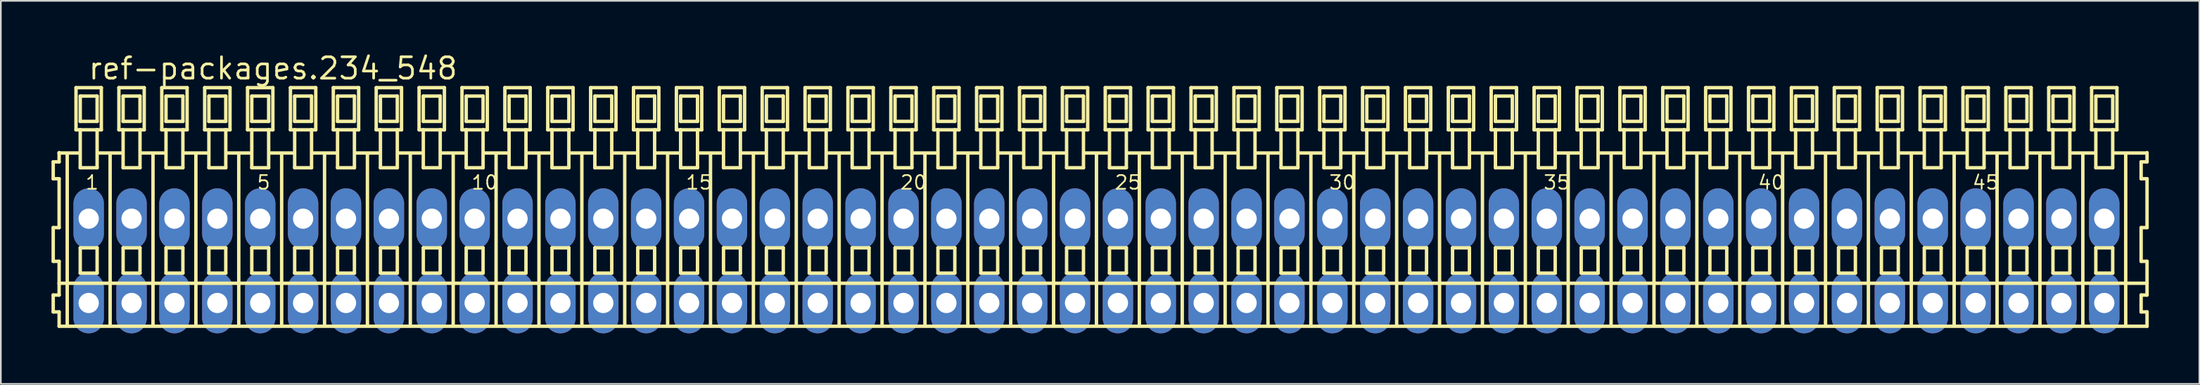
<source format=kicad_pcb>
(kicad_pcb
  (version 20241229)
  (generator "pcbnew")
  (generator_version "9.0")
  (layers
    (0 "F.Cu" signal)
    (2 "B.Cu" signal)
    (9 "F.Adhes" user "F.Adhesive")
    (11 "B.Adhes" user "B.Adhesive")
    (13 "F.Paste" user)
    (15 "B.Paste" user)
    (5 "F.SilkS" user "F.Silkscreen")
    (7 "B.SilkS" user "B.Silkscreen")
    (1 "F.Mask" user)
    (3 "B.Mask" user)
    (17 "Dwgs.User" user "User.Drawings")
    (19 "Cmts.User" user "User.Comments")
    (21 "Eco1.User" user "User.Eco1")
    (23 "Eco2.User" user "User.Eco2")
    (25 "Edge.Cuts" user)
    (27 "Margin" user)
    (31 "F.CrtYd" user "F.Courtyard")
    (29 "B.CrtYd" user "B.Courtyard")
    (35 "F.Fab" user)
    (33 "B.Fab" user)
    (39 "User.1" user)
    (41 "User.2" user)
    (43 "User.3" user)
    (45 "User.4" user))
  (footprint "ref-packages.234_548"
    (layer "F.Cu")
    (at 61.892 12.42)
    (property "Reference" "ref-packages.234_548" (at -59.79 -10.67 0) (layer "F.SilkS") (effects (font (size 1.27 1.27) (thickness 0.16)) (justify left bottom)))
    (attr through_hole)
    (fp_line (start -61.79 -5.87) (end -61.79 -4.87) (stroke (width 0.203) (type default)) (layer "F.SilkS"))
    (fp_line (start -61.79 -4.87) (end -61.44 -4.87) (stroke (width 0.203) (type default)) (layer "F.SilkS"))
    (fp_line (start -61.79 -1.97) (end -61.79 0.03) (stroke (width 0.203) (type default)) (layer "F.SilkS"))
    (fp_line (start -61.79 0.03) (end -61.44 0.03) (stroke (width 0.203) (type default)) (layer "F.SilkS"))
    (fp_line (start -61.79 2.03) (end -61.79 3.03) (stroke (width 0.203) (type default)) (layer "F.SilkS"))
    (fp_line (start -61.79 3.03) (end -61.44 3.03) (stroke (width 0.203) (type default)) (layer "F.SilkS"))
    (fp_line (start -61.44 -6.42) (end -61.44 -6.395) (stroke (width 0.203) (type default)) (layer "F.SilkS"))
    (fp_line (start -61.44 -6.395) (end -61.44 -5.87) (stroke (width 0.203) (type default)) (layer "F.SilkS"))
    (fp_line (start -61.44 -6.395) (end -60.315 -6.395) (stroke (width 0.203) (type default)) (layer "F.SilkS"))
    (fp_line (start -61.44 -5.87) (end -61.79 -5.87) (stroke (width 0.203) (type default)) (layer "F.SilkS"))
    (fp_line (start -61.44 -4.87) (end -61.44 -1.97) (stroke (width 0.203) (type default)) (layer "F.SilkS"))
    (fp_line (start -61.44 -1.97) (end -61.79 -1.97) (stroke (width 0.203) (type default)) (layer "F.SilkS"))
    (fp_line (start -61.44 0.03) (end -61.44 1.33) (stroke (width 0.203) (type default)) (layer "F.SilkS"))
    (fp_line (start -61.44 1.33) (end -61.44 2.03) (stroke (width 0.203) (type default)) (layer "F.SilkS"))
    (fp_line (start -61.44 1.33) (end 62.223 1.33) (stroke (width 0.203) (type default)) (layer "F.SilkS"))
    (fp_line (start -61.44 2.03) (end -61.79 2.03) (stroke (width 0.203) (type default)) (layer "F.SilkS"))
    (fp_line (start -61.44 3.03) (end -61.44 3.88) (stroke (width 0.203) (type default)) (layer "F.SilkS"))
    (fp_line (start -61.44 3.88) (end 62.223 3.88) (stroke (width 0.203) (type default)) (layer "F.SilkS"))
    (fp_line (start -60.96 3.83) (end -60.96 -6.33) (stroke (width 0.203) (type default)) (layer "F.SilkS"))
    (fp_line (start -60.44 -10.27) (end -60.44 -7.77) (stroke (width 0.203) (type default)) (layer "F.SilkS"))
    (fp_line (start -60.44 -7.77) (end -60.19 -7.77) (stroke (width 0.203) (type default)) (layer "F.SilkS"))
    (fp_line (start -60.19 -9.77) (end -60.19 -8.27) (stroke (width 0.203) (type default)) (layer "F.SilkS"))
    (fp_line (start -60.19 -8.27) (end -59.19 -8.27) (stroke (width 0.203) (type default)) (layer "F.SilkS"))
    (fp_line (start -60.19 -7.77) (end -60.19 -5.52) (stroke (width 0.203) (type default)) (layer "F.SilkS"))
    (fp_line (start -60.19 -7.77) (end -59.19 -7.77) (stroke (width 0.203) (type default)) (layer "F.SilkS"))
    (fp_line (start -60.19 -5.52) (end -59.19 -5.52) (stroke (width 0.203) (type default)) (layer "F.SilkS"))
    (fp_line (start -60.19 -0.77) (end -60.19 0.73) (stroke (width 0.203) (type default)) (layer "F.SilkS"))
    (fp_line (start -60.19 0.73) (end -59.19 0.73) (stroke (width 0.203) (type default)) (layer "F.SilkS"))
    (fp_line (start -59.19 -9.77) (end -60.19 -9.77) (stroke (width 0.203) (type default)) (layer "F.SilkS"))
    (fp_line (start -59.19 -8.27) (end -59.19 -9.77) (stroke (width 0.203) (type default)) (layer "F.SilkS"))
    (fp_line (start -59.19 -7.77) (end -58.94 -7.77) (stroke (width 0.203) (type default)) (layer "F.SilkS"))
    (fp_line (start -59.19 -5.52) (end -59.19 -7.77) (stroke (width 0.203) (type default)) (layer "F.SilkS"))
    (fp_line (start -59.19 -0.77) (end -60.19 -0.77) (stroke (width 0.203) (type default)) (layer "F.SilkS"))
    (fp_line (start -59.19 0.73) (end -59.19 -0.77) (stroke (width 0.203) (type default)) (layer "F.SilkS"))
    (fp_line (start -59.154 -6.395) (end -57.775 -6.395) (stroke (width 0.203) (type default)) (layer "F.SilkS"))
    (fp_line (start -58.94 -10.27) (end -60.44 -10.27) (stroke (width 0.203) (type default)) (layer "F.SilkS"))
    (fp_line (start -58.94 -7.77) (end -58.94 -10.27) (stroke (width 0.203) (type default)) (layer "F.SilkS"))
    (fp_line (start -58.42 3.83) (end -58.42 -6.33) (stroke (width 0.203) (type default)) (layer "F.SilkS"))
    (fp_line (start -57.9 -10.27) (end -57.9 -7.77) (stroke (width 0.203) (type default)) (layer "F.SilkS"))
    (fp_line (start -57.9 -7.77) (end -57.65 -7.77) (stroke (width 0.203) (type default)) (layer "F.SilkS"))
    (fp_line (start -57.65 -9.77) (end -57.65 -8.27) (stroke (width 0.203) (type default)) (layer "F.SilkS"))
    (fp_line (start -57.65 -8.27) (end -56.65 -8.27) (stroke (width 0.203) (type default)) (layer "F.SilkS"))
    (fp_line (start -57.65 -7.77) (end -57.65 -5.52) (stroke (width 0.203) (type default)) (layer "F.SilkS"))
    (fp_line (start -57.65 -7.77) (end -56.65 -7.77) (stroke (width 0.203) (type default)) (layer "F.SilkS"))
    (fp_line (start -57.65 -5.52) (end -56.65 -5.52) (stroke (width 0.203) (type default)) (layer "F.SilkS"))
    (fp_line (start -57.65 -0.77) (end -57.65 0.73) (stroke (width 0.203) (type default)) (layer "F.SilkS"))
    (fp_line (start -57.65 0.73) (end -56.65 0.73) (stroke (width 0.203) (type default)) (layer "F.SilkS"))
    (fp_line (start -56.65 -9.77) (end -57.65 -9.77) (stroke (width 0.203) (type default)) (layer "F.SilkS"))
    (fp_line (start -56.65 -8.27) (end -56.65 -9.77) (stroke (width 0.203) (type default)) (layer "F.SilkS"))
    (fp_line (start -56.65 -7.77) (end -56.4 -7.77) (stroke (width 0.203) (type default)) (layer "F.SilkS"))
    (fp_line (start -56.65 -5.52) (end -56.65 -7.77) (stroke (width 0.203) (type default)) (layer "F.SilkS"))
    (fp_line (start -56.65 -0.77) (end -57.65 -0.77) (stroke (width 0.203) (type default)) (layer "F.SilkS"))
    (fp_line (start -56.65 0.73) (end -56.65 -0.77) (stroke (width 0.203) (type default)) (layer "F.SilkS"))
    (fp_line (start -56.614 -6.395) (end -55.235 -6.395) (stroke (width 0.203) (type default)) (layer "F.SilkS"))
    (fp_line (start -56.4 -10.27) (end -57.9 -10.27) (stroke (width 0.203) (type default)) (layer "F.SilkS"))
    (fp_line (start -56.4 -7.77) (end -56.4 -10.27) (stroke (width 0.203) (type default)) (layer "F.SilkS"))
    (fp_line (start -55.88 3.83) (end -55.88 -6.33) (stroke (width 0.203) (type default)) (layer "F.SilkS"))
    (fp_line (start -55.36 -10.27) (end -55.36 -7.77) (stroke (width 0.203) (type default)) (layer "F.SilkS"))
    (fp_line (start -55.36 -7.77) (end -55.11 -7.77) (stroke (width 0.203) (type default)) (layer "F.SilkS"))
    (fp_line (start -55.11 -9.77) (end -55.11 -8.27) (stroke (width 0.203) (type default)) (layer "F.SilkS"))
    (fp_line (start -55.11 -8.27) (end -54.11 -8.27) (stroke (width 0.203) (type default)) (layer "F.SilkS"))
    (fp_line (start -55.11 -7.77) (end -55.11 -5.52) (stroke (width 0.203) (type default)) (layer "F.SilkS"))
    (fp_line (start -55.11 -7.77) (end -54.11 -7.77) (stroke (width 0.203) (type default)) (layer "F.SilkS"))
    (fp_line (start -55.11 -5.52) (end -54.11 -5.52) (stroke (width 0.203) (type default)) (layer "F.SilkS"))
    (fp_line (start -55.11 -0.77) (end -55.11 0.73) (stroke (width 0.203) (type default)) (layer "F.SilkS"))
    (fp_line (start -55.11 0.73) (end -54.11 0.73) (stroke (width 0.203) (type default)) (layer "F.SilkS"))
    (fp_line (start -54.11 -9.77) (end -55.11 -9.77) (stroke (width 0.203) (type default)) (layer "F.SilkS"))
    (fp_line (start -54.11 -8.27) (end -54.11 -9.77) (stroke (width 0.203) (type default)) (layer "F.SilkS"))
    (fp_line (start -54.11 -7.77) (end -53.86 -7.77) (stroke (width 0.203) (type default)) (layer "F.SilkS"))
    (fp_line (start -54.11 -5.52) (end -54.11 -7.77) (stroke (width 0.203) (type default)) (layer "F.SilkS"))
    (fp_line (start -54.11 -0.77) (end -55.11 -0.77) (stroke (width 0.203) (type default)) (layer "F.SilkS"))
    (fp_line (start -54.11 0.73) (end -54.11 -0.77) (stroke (width 0.203) (type default)) (layer "F.SilkS"))
    (fp_line (start -54.074 -6.395) (end -52.695 -6.395) (stroke (width 0.203) (type default)) (layer "F.SilkS"))
    (fp_line (start -53.86 -10.27) (end -55.36 -10.27) (stroke (width 0.203) (type default)) (layer "F.SilkS"))
    (fp_line (start -53.86 -7.77) (end -53.86 -10.27) (stroke (width 0.203) (type default)) (layer "F.SilkS"))
    (fp_line (start -53.34 3.83) (end -53.34 -6.33) (stroke (width 0.203) (type default)) (layer "F.SilkS"))
    (fp_line (start -52.82 -10.27) (end -52.82 -7.77) (stroke (width 0.203) (type default)) (layer "F.SilkS"))
    (fp_line (start -52.82 -7.77) (end -52.57 -7.77) (stroke (width 0.203) (type default)) (layer "F.SilkS"))
    (fp_line (start -52.57 -9.77) (end -52.57 -8.27) (stroke (width 0.203) (type default)) (layer "F.SilkS"))
    (fp_line (start -52.57 -8.27) (end -51.57 -8.27) (stroke (width 0.203) (type default)) (layer "F.SilkS"))
    (fp_line (start -52.57 -7.77) (end -52.57 -5.52) (stroke (width 0.203) (type default)) (layer "F.SilkS"))
    (fp_line (start -52.57 -7.77) (end -51.57 -7.77) (stroke (width 0.203) (type default)) (layer "F.SilkS"))
    (fp_line (start -52.57 -5.52) (end -51.57 -5.52) (stroke (width 0.203) (type default)) (layer "F.SilkS"))
    (fp_line (start -52.57 -0.77) (end -52.57 0.73) (stroke (width 0.203) (type default)) (layer "F.SilkS"))
    (fp_line (start -52.57 0.73) (end -51.57 0.73) (stroke (width 0.203) (type default)) (layer "F.SilkS"))
    (fp_line (start -51.57 -9.77) (end -52.57 -9.77) (stroke (width 0.203) (type default)) (layer "F.SilkS"))
    (fp_line (start -51.57 -8.27) (end -51.57 -9.77) (stroke (width 0.203) (type default)) (layer "F.SilkS"))
    (fp_line (start -51.57 -7.77) (end -51.32 -7.77) (stroke (width 0.203) (type default)) (layer "F.SilkS"))
    (fp_line (start -51.57 -5.52) (end -51.57 -7.77) (stroke (width 0.203) (type default)) (layer "F.SilkS"))
    (fp_line (start -51.57 -0.77) (end -52.57 -0.77) (stroke (width 0.203) (type default)) (layer "F.SilkS"))
    (fp_line (start -51.57 0.73) (end -51.57 -0.77) (stroke (width 0.203) (type default)) (layer "F.SilkS"))
    (fp_line (start -51.534 -6.395) (end -50.155 -6.395) (stroke (width 0.203) (type default)) (layer "F.SilkS"))
    (fp_line (start -51.32 -10.27) (end -52.82 -10.27) (stroke (width 0.203) (type default)) (layer "F.SilkS"))
    (fp_line (start -51.32 -7.77) (end -51.32 -10.27) (stroke (width 0.203) (type default)) (layer "F.SilkS"))
    (fp_line (start -50.8 3.83) (end -50.8 -6.33) (stroke (width 0.203) (type default)) (layer "F.SilkS"))
    (fp_line (start -50.28 -10.27) (end -50.28 -7.77) (stroke (width 0.203) (type default)) (layer "F.SilkS"))
    (fp_line (start -50.28 -7.77) (end -50.03 -7.77) (stroke (width 0.203) (type default)) (layer "F.SilkS"))
    (fp_line (start -50.03 -9.77) (end -50.03 -8.27) (stroke (width 0.203) (type default)) (layer "F.SilkS"))
    (fp_line (start -50.03 -8.27) (end -49.03 -8.27) (stroke (width 0.203) (type default)) (layer "F.SilkS"))
    (fp_line (start -50.03 -7.77) (end -50.03 -5.52) (stroke (width 0.203) (type default)) (layer "F.SilkS"))
    (fp_line (start -50.03 -7.77) (end -49.03 -7.77) (stroke (width 0.203) (type default)) (layer "F.SilkS"))
    (fp_line (start -50.03 -5.52) (end -49.03 -5.52) (stroke (width 0.203) (type default)) (layer "F.SilkS"))
    (fp_line (start -50.03 -0.77) (end -50.03 0.73) (stroke (width 0.203) (type default)) (layer "F.SilkS"))
    (fp_line (start -50.03 0.73) (end -49.03 0.73) (stroke (width 0.203) (type default)) (layer "F.SilkS"))
    (fp_line (start -49.03 -9.77) (end -50.03 -9.77) (stroke (width 0.203) (type default)) (layer "F.SilkS"))
    (fp_line (start -49.03 -8.27) (end -49.03 -9.77) (stroke (width 0.203) (type default)) (layer "F.SilkS"))
    (fp_line (start -49.03 -7.77) (end -48.78 -7.77) (stroke (width 0.203) (type default)) (layer "F.SilkS"))
    (fp_line (start -49.03 -5.52) (end -49.03 -7.77) (stroke (width 0.203) (type default)) (layer "F.SilkS"))
    (fp_line (start -49.03 -0.77) (end -50.03 -0.77) (stroke (width 0.203) (type default)) (layer "F.SilkS"))
    (fp_line (start -49.03 0.73) (end -49.03 -0.77) (stroke (width 0.203) (type default)) (layer "F.SilkS"))
    (fp_line (start -48.994 -6.395) (end -47.615 -6.395) (stroke (width 0.203) (type default)) (layer "F.SilkS"))
    (fp_line (start -48.78 -10.27) (end -50.28 -10.27) (stroke (width 0.203) (type default)) (layer "F.SilkS"))
    (fp_line (start -48.78 -7.77) (end -48.78 -10.27) (stroke (width 0.203) (type default)) (layer "F.SilkS"))
    (fp_line (start -48.26 3.83) (end -48.26 -6.33) (stroke (width 0.203) (type default)) (layer "F.SilkS"))
    (fp_line (start -47.74 -10.27) (end -47.74 -7.77) (stroke (width 0.203) (type default)) (layer "F.SilkS"))
    (fp_line (start -47.74 -7.77) (end -47.49 -7.77) (stroke (width 0.203) (type default)) (layer "F.SilkS"))
    (fp_line (start -47.49 -9.77) (end -47.49 -8.27) (stroke (width 0.203) (type default)) (layer "F.SilkS"))
    (fp_line (start -47.49 -8.27) (end -46.49 -8.27) (stroke (width 0.203) (type default)) (layer "F.SilkS"))
    (fp_line (start -47.49 -7.77) (end -47.49 -5.52) (stroke (width 0.203) (type default)) (layer "F.SilkS"))
    (fp_line (start -47.49 -7.77) (end -46.49 -7.77) (stroke (width 0.203) (type default)) (layer "F.SilkS"))
    (fp_line (start -47.49 -5.52) (end -46.49 -5.52) (stroke (width 0.203) (type default)) (layer "F.SilkS"))
    (fp_line (start -47.49 -0.77) (end -47.49 0.73) (stroke (width 0.203) (type default)) (layer "F.SilkS"))
    (fp_line (start -47.49 0.73) (end -46.49 0.73) (stroke (width 0.203) (type default)) (layer "F.SilkS"))
    (fp_line (start -46.49 -9.77) (end -47.49 -9.77) (stroke (width 0.203) (type default)) (layer "F.SilkS"))
    (fp_line (start -46.49 -8.27) (end -46.49 -9.77) (stroke (width 0.203) (type default)) (layer "F.SilkS"))
    (fp_line (start -46.49 -7.77) (end -46.24 -7.77) (stroke (width 0.203) (type default)) (layer "F.SilkS"))
    (fp_line (start -46.49 -5.52) (end -46.49 -7.77) (stroke (width 0.203) (type default)) (layer "F.SilkS"))
    (fp_line (start -46.49 -0.77) (end -47.49 -0.77) (stroke (width 0.203) (type default)) (layer "F.SilkS"))
    (fp_line (start -46.49 0.73) (end -46.49 -0.77) (stroke (width 0.203) (type default)) (layer "F.SilkS"))
    (fp_line (start -46.454 -6.395) (end -45.075 -6.395) (stroke (width 0.203) (type default)) (layer "F.SilkS"))
    (fp_line (start -46.24 -10.27) (end -47.74 -10.27) (stroke (width 0.203) (type default)) (layer "F.SilkS"))
    (fp_line (start -46.24 -7.77) (end -46.24 -10.27) (stroke (width 0.203) (type default)) (layer "F.SilkS"))
    (fp_line (start -45.72 3.83) (end -45.72 -6.33) (stroke (width 0.203) (type default)) (layer "F.SilkS"))
    (fp_line (start -45.2 -10.27) (end -45.2 -7.77) (stroke (width 0.203) (type default)) (layer "F.SilkS"))
    (fp_line (start -45.2 -7.77) (end -44.95 -7.77) (stroke (width 0.203) (type default)) (layer "F.SilkS"))
    (fp_line (start -44.95 -9.77) (end -44.95 -8.27) (stroke (width 0.203) (type default)) (layer "F.SilkS"))
    (fp_line (start -44.95 -8.27) (end -43.95 -8.27) (stroke (width 0.203) (type default)) (layer "F.SilkS"))
    (fp_line (start -44.95 -7.77) (end -44.95 -5.52) (stroke (width 0.203) (type default)) (layer "F.SilkS"))
    (fp_line (start -44.95 -7.77) (end -43.95 -7.77) (stroke (width 0.203) (type default)) (layer "F.SilkS"))
    (fp_line (start -44.95 -5.52) (end -43.95 -5.52) (stroke (width 0.203) (type default)) (layer "F.SilkS"))
    (fp_line (start -44.95 -0.77) (end -44.95 0.73) (stroke (width 0.203) (type default)) (layer "F.SilkS"))
    (fp_line (start -44.95 0.73) (end -43.95 0.73) (stroke (width 0.203) (type default)) (layer "F.SilkS"))
    (fp_line (start -43.95 -9.77) (end -44.95 -9.77) (stroke (width 0.203) (type default)) (layer "F.SilkS"))
    (fp_line (start -43.95 -8.27) (end -43.95 -9.77) (stroke (width 0.203) (type default)) (layer "F.SilkS"))
    (fp_line (start -43.95 -7.77) (end -43.7 -7.77) (stroke (width 0.203) (type default)) (layer "F.SilkS"))
    (fp_line (start -43.95 -5.52) (end -43.95 -7.77) (stroke (width 0.203) (type default)) (layer "F.SilkS"))
    (fp_line (start -43.95 -0.77) (end -44.95 -0.77) (stroke (width 0.203) (type default)) (layer "F.SilkS"))
    (fp_line (start -43.95 0.73) (end -43.95 -0.77) (stroke (width 0.203) (type default)) (layer "F.SilkS"))
    (fp_line (start -43.914 -6.395) (end -42.535 -6.395) (stroke (width 0.203) (type default)) (layer "F.SilkS"))
    (fp_line (start -43.7 -10.27) (end -45.2 -10.27) (stroke (width 0.203) (type default)) (layer "F.SilkS"))
    (fp_line (start -43.7 -7.77) (end -43.7 -10.27) (stroke (width 0.203) (type default)) (layer "F.SilkS"))
    (fp_line (start -43.18 3.83) (end -43.18 -6.33) (stroke (width 0.203) (type default)) (layer "F.SilkS"))
    (fp_line (start -42.66 -10.27) (end -42.66 -7.77) (stroke (width 0.203) (type default)) (layer "F.SilkS"))
    (fp_line (start -42.66 -7.77) (end -42.41 -7.77) (stroke (width 0.203) (type default)) (layer "F.SilkS"))
    (fp_line (start -42.41 -9.77) (end -42.41 -8.27) (stroke (width 0.203) (type default)) (layer "F.SilkS"))
    (fp_line (start -42.41 -8.27) (end -41.41 -8.27) (stroke (width 0.203) (type default)) (layer "F.SilkS"))
    (fp_line (start -42.41 -7.77) (end -42.41 -5.52) (stroke (width 0.203) (type default)) (layer "F.SilkS"))
    (fp_line (start -42.41 -7.77) (end -41.41 -7.77) (stroke (width 0.203) (type default)) (layer "F.SilkS"))
    (fp_line (start -42.41 -5.52) (end -41.41 -5.52) (stroke (width 0.203) (type default)) (layer "F.SilkS"))
    (fp_line (start -42.41 -0.77) (end -42.41 0.73) (stroke (width 0.203) (type default)) (layer "F.SilkS"))
    (fp_line (start -42.41 0.73) (end -41.41 0.73) (stroke (width 0.203) (type default)) (layer "F.SilkS"))
    (fp_line (start -41.41 -9.77) (end -42.41 -9.77) (stroke (width 0.203) (type default)) (layer "F.SilkS"))
    (fp_line (start -41.41 -8.27) (end -41.41 -9.77) (stroke (width 0.203) (type default)) (layer "F.SilkS"))
    (fp_line (start -41.41 -7.77) (end -41.16 -7.77) (stroke (width 0.203) (type default)) (layer "F.SilkS"))
    (fp_line (start -41.41 -5.52) (end -41.41 -7.77) (stroke (width 0.203) (type default)) (layer "F.SilkS"))
    (fp_line (start -41.41 -0.77) (end -42.41 -0.77) (stroke (width 0.203) (type default)) (layer "F.SilkS"))
    (fp_line (start -41.41 0.73) (end -41.41 -0.77) (stroke (width 0.203) (type default)) (layer "F.SilkS"))
    (fp_line (start -41.374 -6.395) (end -39.995 -6.395) (stroke (width 0.203) (type default)) (layer "F.SilkS"))
    (fp_line (start -41.16 -10.27) (end -42.66 -10.27) (stroke (width 0.203) (type default)) (layer "F.SilkS"))
    (fp_line (start -41.16 -7.77) (end -41.16 -10.27) (stroke (width 0.203) (type default)) (layer "F.SilkS"))
    (fp_line (start -40.64 3.83) (end -40.64 -6.33) (stroke (width 0.203) (type default)) (layer "F.SilkS"))
    (fp_line (start -40.12 -10.27) (end -40.12 -7.77) (stroke (width 0.203) (type default)) (layer "F.SilkS"))
    (fp_line (start -40.12 -7.77) (end -39.87 -7.77) (stroke (width 0.203) (type default)) (layer "F.SilkS"))
    (fp_line (start -39.87 -9.77) (end -39.87 -8.27) (stroke (width 0.203) (type default)) (layer "F.SilkS"))
    (fp_line (start -39.87 -8.27) (end -38.87 -8.27) (stroke (width 0.203) (type default)) (layer "F.SilkS"))
    (fp_line (start -39.87 -7.77) (end -39.87 -5.52) (stroke (width 0.203) (type default)) (layer "F.SilkS"))
    (fp_line (start -39.87 -7.77) (end -38.87 -7.77) (stroke (width 0.203) (type default)) (layer "F.SilkS"))
    (fp_line (start -39.87 -5.52) (end -38.87 -5.52) (stroke (width 0.203) (type default)) (layer "F.SilkS"))
    (fp_line (start -39.87 -0.77) (end -39.87 0.73) (stroke (width 0.203) (type default)) (layer "F.SilkS"))
    (fp_line (start -39.87 0.73) (end -38.87 0.73) (stroke (width 0.203) (type default)) (layer "F.SilkS"))
    (fp_line (start -38.87 -9.77) (end -39.87 -9.77) (stroke (width 0.203) (type default)) (layer "F.SilkS"))
    (fp_line (start -38.87 -8.27) (end -38.87 -9.77) (stroke (width 0.203) (type default)) (layer "F.SilkS"))
    (fp_line (start -38.87 -7.77) (end -38.62 -7.77) (stroke (width 0.203) (type default)) (layer "F.SilkS"))
    (fp_line (start -38.87 -5.52) (end -38.87 -7.77) (stroke (width 0.203) (type default)) (layer "F.SilkS"))
    (fp_line (start -38.87 -0.77) (end -39.87 -0.77) (stroke (width 0.203) (type default)) (layer "F.SilkS"))
    (fp_line (start -38.87 0.73) (end -38.87 -0.77) (stroke (width 0.203) (type default)) (layer "F.SilkS"))
    (fp_line (start -38.834 -6.395) (end -37.455 -6.395) (stroke (width 0.203) (type default)) (layer "F.SilkS"))
    (fp_line (start -38.62 -10.27) (end -40.12 -10.27) (stroke (width 0.203) (type default)) (layer "F.SilkS"))
    (fp_line (start -38.62 -7.77) (end -38.62 -10.27) (stroke (width 0.203) (type default)) (layer "F.SilkS"))
    (fp_line (start -38.1 3.83) (end -38.1 -6.33) (stroke (width 0.203) (type default)) (layer "F.SilkS"))
    (fp_line (start -37.58 -10.27) (end -37.58 -7.77) (stroke (width 0.203) (type default)) (layer "F.SilkS"))
    (fp_line (start -37.58 -7.77) (end -37.33 -7.77) (stroke (width 0.203) (type default)) (layer "F.SilkS"))
    (fp_line (start -37.33 -9.77) (end -37.33 -8.27) (stroke (width 0.203) (type default)) (layer "F.SilkS"))
    (fp_line (start -37.33 -8.27) (end -36.33 -8.27) (stroke (width 0.203) (type default)) (layer "F.SilkS"))
    (fp_line (start -37.33 -7.77) (end -37.33 -5.52) (stroke (width 0.203) (type default)) (layer "F.SilkS"))
    (fp_line (start -37.33 -7.77) (end -36.33 -7.77) (stroke (width 0.203) (type default)) (layer "F.SilkS"))
    (fp_line (start -37.33 -5.52) (end -36.33 -5.52) (stroke (width 0.203) (type default)) (layer "F.SilkS"))
    (fp_line (start -37.33 -0.77) (end -37.33 0.73) (stroke (width 0.203) (type default)) (layer "F.SilkS"))
    (fp_line (start -37.33 0.73) (end -36.33 0.73) (stroke (width 0.203) (type default)) (layer "F.SilkS"))
    (fp_line (start -36.33 -9.77) (end -37.33 -9.77) (stroke (width 0.203) (type default)) (layer "F.SilkS"))
    (fp_line (start -36.33 -8.27) (end -36.33 -9.77) (stroke (width 0.203) (type default)) (layer "F.SilkS"))
    (fp_line (start -36.33 -7.77) (end -36.08 -7.77) (stroke (width 0.203) (type default)) (layer "F.SilkS"))
    (fp_line (start -36.33 -5.52) (end -36.33 -7.77) (stroke (width 0.203) (type default)) (layer "F.SilkS"))
    (fp_line (start -36.33 -0.77) (end -37.33 -0.77) (stroke (width 0.203) (type default)) (layer "F.SilkS"))
    (fp_line (start -36.33 0.73) (end -36.33 -0.77) (stroke (width 0.203) (type default)) (layer "F.SilkS"))
    (fp_line (start -36.294 -6.395) (end -34.915 -6.395) (stroke (width 0.203) (type default)) (layer "F.SilkS"))
    (fp_line (start -36.08 -10.27) (end -37.58 -10.27) (stroke (width 0.203) (type default)) (layer "F.SilkS"))
    (fp_line (start -36.08 -7.77) (end -36.08 -10.27) (stroke (width 0.203) (type default)) (layer "F.SilkS"))
    (fp_line (start -35.56 3.83) (end -35.56 -6.33) (stroke (width 0.203) (type default)) (layer "F.SilkS"))
    (fp_line (start -35.04 -10.27) (end -35.04 -7.77) (stroke (width 0.203) (type default)) (layer "F.SilkS"))
    (fp_line (start -35.04 -7.77) (end -34.79 -7.77) (stroke (width 0.203) (type default)) (layer "F.SilkS"))
    (fp_line (start -34.79 -9.77) (end -34.79 -8.27) (stroke (width 0.203) (type default)) (layer "F.SilkS"))
    (fp_line (start -34.79 -8.27) (end -33.79 -8.27) (stroke (width 0.203) (type default)) (layer "F.SilkS"))
    (fp_line (start -34.79 -7.77) (end -34.79 -5.52) (stroke (width 0.203) (type default)) (layer "F.SilkS"))
    (fp_line (start -34.79 -7.77) (end -33.79 -7.77) (stroke (width 0.203) (type default)) (layer "F.SilkS"))
    (fp_line (start -34.79 -5.52) (end -33.79 -5.52) (stroke (width 0.203) (type default)) (layer "F.SilkS"))
    (fp_line (start -34.79 -0.77) (end -34.79 0.73) (stroke (width 0.203) (type default)) (layer "F.SilkS"))
    (fp_line (start -34.79 0.73) (end -33.79 0.73) (stroke (width 0.203) (type default)) (layer "F.SilkS"))
    (fp_line (start -33.79 -9.77) (end -34.79 -9.77) (stroke (width 0.203) (type default)) (layer "F.SilkS"))
    (fp_line (start -33.79 -8.27) (end -33.79 -9.77) (stroke (width 0.203) (type default)) (layer "F.SilkS"))
    (fp_line (start -33.79 -7.77) (end -33.54 -7.77) (stroke (width 0.203) (type default)) (layer "F.SilkS"))
    (fp_line (start -33.79 -5.52) (end -33.79 -7.77) (stroke (width 0.203) (type default)) (layer "F.SilkS"))
    (fp_line (start -33.79 -0.77) (end -34.79 -0.77) (stroke (width 0.203) (type default)) (layer "F.SilkS"))
    (fp_line (start -33.79 0.73) (end -33.79 -0.77) (stroke (width 0.203) (type default)) (layer "F.SilkS"))
    (fp_line (start -33.754 -6.395) (end -32.375 -6.395) (stroke (width 0.203) (type default)) (layer "F.SilkS"))
    (fp_line (start -33.54 -10.27) (end -35.04 -10.27) (stroke (width 0.203) (type default)) (layer "F.SilkS"))
    (fp_line (start -33.54 -7.77) (end -33.54 -10.27) (stroke (width 0.203) (type default)) (layer "F.SilkS"))
    (fp_line (start -33.02 3.83) (end -33.02 -6.33) (stroke (width 0.203) (type default)) (layer "F.SilkS"))
    (fp_line (start -32.5 -10.27) (end -32.5 -7.77) (stroke (width 0.203) (type default)) (layer "F.SilkS"))
    (fp_line (start -32.5 -7.77) (end -32.25 -7.77) (stroke (width 0.203) (type default)) (layer "F.SilkS"))
    (fp_line (start -32.25 -9.77) (end -32.25 -8.27) (stroke (width 0.203) (type default)) (layer "F.SilkS"))
    (fp_line (start -32.25 -8.27) (end -31.25 -8.27) (stroke (width 0.203) (type default)) (layer "F.SilkS"))
    (fp_line (start -32.25 -7.77) (end -32.25 -5.52) (stroke (width 0.203) (type default)) (layer "F.SilkS"))
    (fp_line (start -32.25 -7.77) (end -31.25 -7.77) (stroke (width 0.203) (type default)) (layer "F.SilkS"))
    (fp_line (start -32.25 -5.52) (end -31.25 -5.52) (stroke (width 0.203) (type default)) (layer "F.SilkS"))
    (fp_line (start -32.25 -0.77) (end -32.25 0.73) (stroke (width 0.203) (type default)) (layer "F.SilkS"))
    (fp_line (start -32.25 0.73) (end -31.25 0.73) (stroke (width 0.203) (type default)) (layer "F.SilkS"))
    (fp_line (start -31.25 -9.77) (end -32.25 -9.77) (stroke (width 0.203) (type default)) (layer "F.SilkS"))
    (fp_line (start -31.25 -8.27) (end -31.25 -9.77) (stroke (width 0.203) (type default)) (layer "F.SilkS"))
    (fp_line (start -31.25 -7.77) (end -31 -7.77) (stroke (width 0.203) (type default)) (layer "F.SilkS"))
    (fp_line (start -31.25 -5.52) (end -31.25 -7.77) (stroke (width 0.203) (type default)) (layer "F.SilkS"))
    (fp_line (start -31.25 -0.77) (end -32.25 -0.77) (stroke (width 0.203) (type default)) (layer "F.SilkS"))
    (fp_line (start -31.25 0.73) (end -31.25 -0.77) (stroke (width 0.203) (type default)) (layer "F.SilkS"))
    (fp_line (start -31.214 -6.395) (end -29.835 -6.395) (stroke (width 0.203) (type default)) (layer "F.SilkS"))
    (fp_line (start -31 -10.27) (end -32.5 -10.27) (stroke (width 0.203) (type default)) (layer "F.SilkS"))
    (fp_line (start -31 -7.77) (end -31 -10.27) (stroke (width 0.203) (type default)) (layer "F.SilkS"))
    (fp_line (start -30.48 3.83) (end -30.48 -6.33) (stroke (width 0.203) (type default)) (layer "F.SilkS"))
    (fp_line (start -29.96 -10.27) (end -29.96 -7.77) (stroke (width 0.203) (type default)) (layer "F.SilkS"))
    (fp_line (start -29.96 -7.77) (end -29.71 -7.77) (stroke (width 0.203) (type default)) (layer "F.SilkS"))
    (fp_line (start -29.71 -9.77) (end -29.71 -8.27) (stroke (width 0.203) (type default)) (layer "F.SilkS"))
    (fp_line (start -29.71 -8.27) (end -28.71 -8.27) (stroke (width 0.203) (type default)) (layer "F.SilkS"))
    (fp_line (start -29.71 -7.77) (end -29.71 -5.52) (stroke (width 0.203) (type default)) (layer "F.SilkS"))
    (fp_line (start -29.71 -7.77) (end -28.71 -7.77) (stroke (width 0.203) (type default)) (layer "F.SilkS"))
    (fp_line (start -29.71 -5.52) (end -28.71 -5.52) (stroke (width 0.203) (type default)) (layer "F.SilkS"))
    (fp_line (start -29.71 -0.77) (end -29.71 0.73) (stroke (width 0.203) (type default)) (layer "F.SilkS"))
    (fp_line (start -29.71 0.73) (end -28.71 0.73) (stroke (width 0.203) (type default)) (layer "F.SilkS"))
    (fp_line (start -28.71 -9.77) (end -29.71 -9.77) (stroke (width 0.203) (type default)) (layer "F.SilkS"))
    (fp_line (start -28.71 -8.27) (end -28.71 -9.77) (stroke (width 0.203) (type default)) (layer "F.SilkS"))
    (fp_line (start -28.71 -7.77) (end -28.46 -7.77) (stroke (width 0.203) (type default)) (layer "F.SilkS"))
    (fp_line (start -28.71 -5.52) (end -28.71 -7.77) (stroke (width 0.203) (type default)) (layer "F.SilkS"))
    (fp_line (start -28.71 -0.77) (end -29.71 -0.77) (stroke (width 0.203) (type default)) (layer "F.SilkS"))
    (fp_line (start -28.71 0.73) (end -28.71 -0.77) (stroke (width 0.203) (type default)) (layer "F.SilkS"))
    (fp_line (start -28.674 -6.395) (end -27.295 -6.395) (stroke (width 0.203) (type default)) (layer "F.SilkS"))
    (fp_line (start -28.46 -10.27) (end -29.96 -10.27) (stroke (width 0.203) (type default)) (layer "F.SilkS"))
    (fp_line (start -28.46 -7.77) (end -28.46 -10.27) (stroke (width 0.203) (type default)) (layer "F.SilkS"))
    (fp_line (start -27.94 3.83) (end -27.94 -6.33) (stroke (width 0.203) (type default)) (layer "F.SilkS"))
    (fp_line (start -27.42 -10.27) (end -27.42 -7.77) (stroke (width 0.203) (type default)) (layer "F.SilkS"))
    (fp_line (start -27.42 -7.77) (end -27.17 -7.77) (stroke (width 0.203) (type default)) (layer "F.SilkS"))
    (fp_line (start -27.17 -9.77) (end -27.17 -8.27) (stroke (width 0.203) (type default)) (layer "F.SilkS"))
    (fp_line (start -27.17 -8.27) (end -26.17 -8.27) (stroke (width 0.203) (type default)) (layer "F.SilkS"))
    (fp_line (start -27.17 -7.77) (end -27.17 -5.52) (stroke (width 0.203) (type default)) (layer "F.SilkS"))
    (fp_line (start -27.17 -7.77) (end -26.17 -7.77) (stroke (width 0.203) (type default)) (layer "F.SilkS"))
    (fp_line (start -27.17 -5.52) (end -26.17 -5.52) (stroke (width 0.203) (type default)) (layer "F.SilkS"))
    (fp_line (start -27.17 -0.77) (end -27.17 0.73) (stroke (width 0.203) (type default)) (layer "F.SilkS"))
    (fp_line (start -27.17 0.73) (end -26.17 0.73) (stroke (width 0.203) (type default)) (layer "F.SilkS"))
    (fp_line (start -26.17 -9.77) (end -27.17 -9.77) (stroke (width 0.203) (type default)) (layer "F.SilkS"))
    (fp_line (start -26.17 -8.27) (end -26.17 -9.77) (stroke (width 0.203) (type default)) (layer "F.SilkS"))
    (fp_line (start -26.17 -7.77) (end -25.92 -7.77) (stroke (width 0.203) (type default)) (layer "F.SilkS"))
    (fp_line (start -26.17 -5.52) (end -26.17 -7.77) (stroke (width 0.203) (type default)) (layer "F.SilkS"))
    (fp_line (start -26.17 -0.77) (end -27.17 -0.77) (stroke (width 0.203) (type default)) (layer "F.SilkS"))
    (fp_line (start -26.17 0.73) (end -26.17 -0.77) (stroke (width 0.203) (type default)) (layer "F.SilkS"))
    (fp_line (start -26.134 -6.395) (end -24.755 -6.395) (stroke (width 0.203) (type default)) (layer "F.SilkS"))
    (fp_line (start -25.92 -10.27) (end -27.42 -10.27) (stroke (width 0.203) (type default)) (layer "F.SilkS"))
    (fp_line (start -25.92 -7.77) (end -25.92 -10.27) (stroke (width 0.203) (type default)) (layer "F.SilkS"))
    (fp_line (start -25.4 3.83) (end -25.4 -6.33) (stroke (width 0.203) (type default)) (layer "F.SilkS"))
    (fp_line (start -24.88 -10.27) (end -24.88 -7.77) (stroke (width 0.203) (type default)) (layer "F.SilkS"))
    (fp_line (start -24.88 -7.77) (end -24.63 -7.77) (stroke (width 0.203) (type default)) (layer "F.SilkS"))
    (fp_line (start -24.63 -9.77) (end -24.63 -8.27) (stroke (width 0.203) (type default)) (layer "F.SilkS"))
    (fp_line (start -24.63 -8.27) (end -23.63 -8.27) (stroke (width 0.203) (type default)) (layer "F.SilkS"))
    (fp_line (start -24.63 -7.77) (end -24.63 -5.52) (stroke (width 0.203) (type default)) (layer "F.SilkS"))
    (fp_line (start -24.63 -7.77) (end -23.63 -7.77) (stroke (width 0.203) (type default)) (layer "F.SilkS"))
    (fp_line (start -24.63 -5.52) (end -23.63 -5.52) (stroke (width 0.203) (type default)) (layer "F.SilkS"))
    (fp_line (start -24.63 -0.77) (end -24.63 0.73) (stroke (width 0.203) (type default)) (layer "F.SilkS"))
    (fp_line (start -24.63 0.73) (end -23.63 0.73) (stroke (width 0.203) (type default)) (layer "F.SilkS"))
    (fp_line (start -23.63 -9.77) (end -24.63 -9.77) (stroke (width 0.203) (type default)) (layer "F.SilkS"))
    (fp_line (start -23.63 -8.27) (end -23.63 -9.77) (stroke (width 0.203) (type default)) (layer "F.SilkS"))
    (fp_line (start -23.63 -7.77) (end -23.38 -7.77) (stroke (width 0.203) (type default)) (layer "F.SilkS"))
    (fp_line (start -23.63 -5.52) (end -23.63 -7.77) (stroke (width 0.203) (type default)) (layer "F.SilkS"))
    (fp_line (start -23.63 -0.77) (end -24.63 -0.77) (stroke (width 0.203) (type default)) (layer "F.SilkS"))
    (fp_line (start -23.63 0.73) (end -23.63 -0.77) (stroke (width 0.203) (type default)) (layer "F.SilkS"))
    (fp_line (start -23.594 -6.395) (end -22.215 -6.395) (stroke (width 0.203) (type default)) (layer "F.SilkS"))
    (fp_line (start -23.38 -10.27) (end -24.88 -10.27) (stroke (width 0.203) (type default)) (layer "F.SilkS"))
    (fp_line (start -23.38 -7.77) (end -23.38 -10.27) (stroke (width 0.203) (type default)) (layer "F.SilkS"))
    (fp_line (start -22.86 3.83) (end -22.86 -6.33) (stroke (width 0.203) (type default)) (layer "F.SilkS"))
    (fp_line (start -22.34 -10.27) (end -22.34 -7.77) (stroke (width 0.203) (type default)) (layer "F.SilkS"))
    (fp_line (start -22.34 -7.77) (end -22.09 -7.77) (stroke (width 0.203) (type default)) (layer "F.SilkS"))
    (fp_line (start -22.09 -9.77) (end -22.09 -8.27) (stroke (width 0.203) (type default)) (layer "F.SilkS"))
    (fp_line (start -22.09 -8.27) (end -21.09 -8.27) (stroke (width 0.203) (type default)) (layer "F.SilkS"))
    (fp_line (start -22.09 -7.77) (end -22.09 -5.52) (stroke (width 0.203) (type default)) (layer "F.SilkS"))
    (fp_line (start -22.09 -7.77) (end -21.09 -7.77) (stroke (width 0.203) (type default)) (layer "F.SilkS"))
    (fp_line (start -22.09 -5.52) (end -21.09 -5.52) (stroke (width 0.203) (type default)) (layer "F.SilkS"))
    (fp_line (start -22.09 -0.77) (end -22.09 0.73) (stroke (width 0.203) (type default)) (layer "F.SilkS"))
    (fp_line (start -22.09 0.73) (end -21.09 0.73) (stroke (width 0.203) (type default)) (layer "F.SilkS"))
    (fp_line (start -21.09 -9.77) (end -22.09 -9.77) (stroke (width 0.203) (type default)) (layer "F.SilkS"))
    (fp_line (start -21.09 -8.27) (end -21.09 -9.77) (stroke (width 0.203) (type default)) (layer "F.SilkS"))
    (fp_line (start -21.09 -7.77) (end -20.84 -7.77) (stroke (width 0.203) (type default)) (layer "F.SilkS"))
    (fp_line (start -21.09 -5.52) (end -21.09 -7.77) (stroke (width 0.203) (type default)) (layer "F.SilkS"))
    (fp_line (start -21.09 -0.77) (end -22.09 -0.77) (stroke (width 0.203) (type default)) (layer "F.SilkS"))
    (fp_line (start -21.09 0.73) (end -21.09 -0.77) (stroke (width 0.203) (type default)) (layer "F.SilkS"))
    (fp_line (start -21.054 -6.395) (end -19.675 -6.395) (stroke (width 0.203) (type default)) (layer "F.SilkS"))
    (fp_line (start -20.84 -10.27) (end -22.34 -10.27) (stroke (width 0.203) (type default)) (layer "F.SilkS"))
    (fp_line (start -20.84 -7.77) (end -20.84 -10.27) (stroke (width 0.203) (type default)) (layer "F.SilkS"))
    (fp_line (start -20.32 3.83) (end -20.32 -6.33) (stroke (width 0.203) (type default)) (layer "F.SilkS"))
    (fp_line (start -19.8 -10.27) (end -19.8 -7.77) (stroke (width 0.203) (type default)) (layer "F.SilkS"))
    (fp_line (start -19.8 -7.77) (end -19.55 -7.77) (stroke (width 0.203) (type default)) (layer "F.SilkS"))
    (fp_line (start -19.55 -9.77) (end -19.55 -8.27) (stroke (width 0.203) (type default)) (layer "F.SilkS"))
    (fp_line (start -19.55 -8.27) (end -18.55 -8.27) (stroke (width 0.203) (type default)) (layer "F.SilkS"))
    (fp_line (start -19.55 -7.77) (end -19.55 -5.52) (stroke (width 0.203) (type default)) (layer "F.SilkS"))
    (fp_line (start -19.55 -7.77) (end -18.55 -7.77) (stroke (width 0.203) (type default)) (layer "F.SilkS"))
    (fp_line (start -19.55 -5.52) (end -18.55 -5.52) (stroke (width 0.203) (type default)) (layer "F.SilkS"))
    (fp_line (start -19.55 -0.77) (end -19.55 0.73) (stroke (width 0.203) (type default)) (layer "F.SilkS"))
    (fp_line (start -19.55 0.73) (end -18.55 0.73) (stroke (width 0.203) (type default)) (layer "F.SilkS"))
    (fp_line (start -18.55 -9.77) (end -19.55 -9.77) (stroke (width 0.203) (type default)) (layer "F.SilkS"))
    (fp_line (start -18.55 -8.27) (end -18.55 -9.77) (stroke (width 0.203) (type default)) (layer "F.SilkS"))
    (fp_line (start -18.55 -7.77) (end -18.3 -7.77) (stroke (width 0.203) (type default)) (layer "F.SilkS"))
    (fp_line (start -18.55 -5.52) (end -18.55 -7.77) (stroke (width 0.203) (type default)) (layer "F.SilkS"))
    (fp_line (start -18.55 -0.77) (end -19.55 -0.77) (stroke (width 0.203) (type default)) (layer "F.SilkS"))
    (fp_line (start -18.55 0.73) (end -18.55 -0.77) (stroke (width 0.203) (type default)) (layer "F.SilkS"))
    (fp_line (start -18.514 -6.395) (end -17.135 -6.395) (stroke (width 0.203) (type default)) (layer "F.SilkS"))
    (fp_line (start -18.3 -10.27) (end -19.8 -10.27) (stroke (width 0.203) (type default)) (layer "F.SilkS"))
    (fp_line (start -18.3 -7.77) (end -18.3 -10.27) (stroke (width 0.203) (type default)) (layer "F.SilkS"))
    (fp_line (start -17.78 3.83) (end -17.78 -6.33) (stroke (width 0.203) (type default)) (layer "F.SilkS"))
    (fp_line (start -17.26 -10.27) (end -17.26 -7.77) (stroke (width 0.203) (type default)) (layer "F.SilkS"))
    (fp_line (start -17.26 -7.77) (end -17.01 -7.77) (stroke (width 0.203) (type default)) (layer "F.SilkS"))
    (fp_line (start -17.01 -9.77) (end -17.01 -8.27) (stroke (width 0.203) (type default)) (layer "F.SilkS"))
    (fp_line (start -17.01 -8.27) (end -16.01 -8.27) (stroke (width 0.203) (type default)) (layer "F.SilkS"))
    (fp_line (start -17.01 -7.77) (end -17.01 -5.52) (stroke (width 0.203) (type default)) (layer "F.SilkS"))
    (fp_line (start -17.01 -7.77) (end -16.01 -7.77) (stroke (width 0.203) (type default)) (layer "F.SilkS"))
    (fp_line (start -17.01 -5.52) (end -16.01 -5.52) (stroke (width 0.203) (type default)) (layer "F.SilkS"))
    (fp_line (start -17.01 -0.77) (end -17.01 0.73) (stroke (width 0.203) (type default)) (layer "F.SilkS"))
    (fp_line (start -17.01 0.73) (end -16.01 0.73) (stroke (width 0.203) (type default)) (layer "F.SilkS"))
    (fp_line (start -16.01 -9.77) (end -17.01 -9.77) (stroke (width 0.203) (type default)) (layer "F.SilkS"))
    (fp_line (start -16.01 -8.27) (end -16.01 -9.77) (stroke (width 0.203) (type default)) (layer "F.SilkS"))
    (fp_line (start -16.01 -7.77) (end -15.76 -7.77) (stroke (width 0.203) (type default)) (layer "F.SilkS"))
    (fp_line (start -16.01 -5.52) (end -16.01 -7.77) (stroke (width 0.203) (type default)) (layer "F.SilkS"))
    (fp_line (start -16.01 -0.77) (end -17.01 -0.77) (stroke (width 0.203) (type default)) (layer "F.SilkS"))
    (fp_line (start -16.01 0.73) (end -16.01 -0.77) (stroke (width 0.203) (type default)) (layer "F.SilkS"))
    (fp_line (start -15.974 -6.395) (end -14.595 -6.395) (stroke (width 0.203) (type default)) (layer "F.SilkS"))
    (fp_line (start -15.76 -10.27) (end -17.26 -10.27) (stroke (width 0.203) (type default)) (layer "F.SilkS"))
    (fp_line (start -15.76 -7.77) (end -15.76 -10.27) (stroke (width 0.203) (type default)) (layer "F.SilkS"))
    (fp_line (start -15.24 3.83) (end -15.24 -6.33) (stroke (width 0.203) (type default)) (layer "F.SilkS"))
    (fp_line (start -14.72 -10.27) (end -14.72 -7.77) (stroke (width 0.203) (type default)) (layer "F.SilkS"))
    (fp_line (start -14.72 -7.77) (end -14.47 -7.77) (stroke (width 0.203) (type default)) (layer "F.SilkS"))
    (fp_line (start -14.47 -9.77) (end -14.47 -8.27) (stroke (width 0.203) (type default)) (layer "F.SilkS"))
    (fp_line (start -14.47 -8.27) (end -13.47 -8.27) (stroke (width 0.203) (type default)) (layer "F.SilkS"))
    (fp_line (start -14.47 -7.77) (end -14.47 -5.52) (stroke (width 0.203) (type default)) (layer "F.SilkS"))
    (fp_line (start -14.47 -7.77) (end -13.47 -7.77) (stroke (width 0.203) (type default)) (layer "F.SilkS"))
    (fp_line (start -14.47 -5.52) (end -13.47 -5.52) (stroke (width 0.203) (type default)) (layer "F.SilkS"))
    (fp_line (start -14.47 -0.77) (end -14.47 0.73) (stroke (width 0.203) (type default)) (layer "F.SilkS"))
    (fp_line (start -14.47 0.73) (end -13.47 0.73) (stroke (width 0.203) (type default)) (layer "F.SilkS"))
    (fp_line (start -13.47 -9.77) (end -14.47 -9.77) (stroke (width 0.203) (type default)) (layer "F.SilkS"))
    (fp_line (start -13.47 -8.27) (end -13.47 -9.77) (stroke (width 0.203) (type default)) (layer "F.SilkS"))
    (fp_line (start -13.47 -7.77) (end -13.22 -7.77) (stroke (width 0.203) (type default)) (layer "F.SilkS"))
    (fp_line (start -13.47 -5.52) (end -13.47 -7.77) (stroke (width 0.203) (type default)) (layer "F.SilkS"))
    (fp_line (start -13.47 -0.77) (end -14.47 -0.77) (stroke (width 0.203) (type default)) (layer "F.SilkS"))
    (fp_line (start -13.47 0.73) (end -13.47 -0.77) (stroke (width 0.203) (type default)) (layer "F.SilkS"))
    (fp_line (start -13.434 -6.395) (end -12.055 -6.395) (stroke (width 0.203) (type default)) (layer "F.SilkS"))
    (fp_line (start -13.22 -10.27) (end -14.72 -10.27) (stroke (width 0.203) (type default)) (layer "F.SilkS"))
    (fp_line (start -13.22 -7.77) (end -13.22 -10.27) (stroke (width 0.203) (type default)) (layer "F.SilkS"))
    (fp_line (start -12.7 3.83) (end -12.7 -6.33) (stroke (width 0.203) (type default)) (layer "F.SilkS"))
    (fp_line (start -12.18 -10.27) (end -12.18 -7.77) (stroke (width 0.203) (type default)) (layer "F.SilkS"))
    (fp_line (start -12.18 -7.77) (end -11.93 -7.77) (stroke (width 0.203) (type default)) (layer "F.SilkS"))
    (fp_line (start -11.93 -9.77) (end -11.93 -8.27) (stroke (width 0.203) (type default)) (layer "F.SilkS"))
    (fp_line (start -11.93 -8.27) (end -10.93 -8.27) (stroke (width 0.203) (type default)) (layer "F.SilkS"))
    (fp_line (start -11.93 -7.77) (end -11.93 -5.52) (stroke (width 0.203) (type default)) (layer "F.SilkS"))
    (fp_line (start -11.93 -7.77) (end -10.93 -7.77) (stroke (width 0.203) (type default)) (layer "F.SilkS"))
    (fp_line (start -11.93 -5.52) (end -10.93 -5.52) (stroke (width 0.203) (type default)) (layer "F.SilkS"))
    (fp_line (start -11.93 -0.77) (end -11.93 0.73) (stroke (width 0.203) (type default)) (layer "F.SilkS"))
    (fp_line (start -11.93 0.73) (end -10.93 0.73) (stroke (width 0.203) (type default)) (layer "F.SilkS"))
    (fp_line (start -10.93 -9.77) (end -11.93 -9.77) (stroke (width 0.203) (type default)) (layer "F.SilkS"))
    (fp_line (start -10.93 -8.27) (end -10.93 -9.77) (stroke (width 0.203) (type default)) (layer "F.SilkS"))
    (fp_line (start -10.93 -7.77) (end -10.68 -7.77) (stroke (width 0.203) (type default)) (layer "F.SilkS"))
    (fp_line (start -10.93 -5.52) (end -10.93 -7.77) (stroke (width 0.203) (type default)) (layer "F.SilkS"))
    (fp_line (start -10.93 -0.77) (end -11.93 -0.77) (stroke (width 0.203) (type default)) (layer "F.SilkS"))
    (fp_line (start -10.93 0.73) (end -10.93 -0.77) (stroke (width 0.203) (type default)) (layer "F.SilkS"))
    (fp_line (start -10.894 -6.395) (end -9.515 -6.395) (stroke (width 0.203) (type default)) (layer "F.SilkS"))
    (fp_line (start -10.68 -10.27) (end -12.18 -10.27) (stroke (width 0.203) (type default)) (layer "F.SilkS"))
    (fp_line (start -10.68 -7.77) (end -10.68 -10.27) (stroke (width 0.203) (type default)) (layer "F.SilkS"))
    (fp_line (start -10.16 3.83) (end -10.16 -6.33) (stroke (width 0.203) (type default)) (layer "F.SilkS"))
    (fp_line (start -9.64 -10.27) (end -9.64 -7.77) (stroke (width 0.203) (type default)) (layer "F.SilkS"))
    (fp_line (start -9.64 -7.77) (end -9.39 -7.77) (stroke (width 0.203) (type default)) (layer "F.SilkS"))
    (fp_line (start -9.39 -9.77) (end -9.39 -8.27) (stroke (width 0.203) (type default)) (layer "F.SilkS"))
    (fp_line (start -9.39 -8.27) (end -8.39 -8.27) (stroke (width 0.203) (type default)) (layer "F.SilkS"))
    (fp_line (start -9.39 -7.77) (end -9.39 -5.52) (stroke (width 0.203) (type default)) (layer "F.SilkS"))
    (fp_line (start -9.39 -7.77) (end -8.39 -7.77) (stroke (width 0.203) (type default)) (layer "F.SilkS"))
    (fp_line (start -9.39 -5.52) (end -8.39 -5.52) (stroke (width 0.203) (type default)) (layer "F.SilkS"))
    (fp_line (start -9.39 -0.77) (end -9.39 0.73) (stroke (width 0.203) (type default)) (layer "F.SilkS"))
    (fp_line (start -9.39 0.73) (end -8.39 0.73) (stroke (width 0.203) (type default)) (layer "F.SilkS"))
    (fp_line (start -8.39 -9.77) (end -9.39 -9.77) (stroke (width 0.203) (type default)) (layer "F.SilkS"))
    (fp_line (start -8.39 -8.27) (end -8.39 -9.77) (stroke (width 0.203) (type default)) (layer "F.SilkS"))
    (fp_line (start -8.39 -7.77) (end -8.14 -7.77) (stroke (width 0.203) (type default)) (layer "F.SilkS"))
    (fp_line (start -8.39 -5.52) (end -8.39 -7.77) (stroke (width 0.203) (type default)) (layer "F.SilkS"))
    (fp_line (start -8.39 -0.77) (end -9.39 -0.77) (stroke (width 0.203) (type default)) (layer "F.SilkS"))
    (fp_line (start -8.39 0.73) (end -8.39 -0.77) (stroke (width 0.203) (type default)) (layer "F.SilkS"))
    (fp_line (start -8.354 -6.395) (end -6.975 -6.395) (stroke (width 0.203) (type default)) (layer "F.SilkS"))
    (fp_line (start -8.14 -10.27) (end -9.64 -10.27) (stroke (width 0.203) (type default)) (layer "F.SilkS"))
    (fp_line (start -8.14 -7.77) (end -8.14 -10.27) (stroke (width 0.203) (type default)) (layer "F.SilkS"))
    (fp_line (start -7.62 3.83) (end -7.62 -6.33) (stroke (width 0.203) (type default)) (layer "F.SilkS"))
    (fp_line (start -7.1 -10.27) (end -7.1 -7.77) (stroke (width 0.203) (type default)) (layer "F.SilkS"))
    (fp_line (start -7.1 -7.77) (end -6.85 -7.77) (stroke (width 0.203) (type default)) (layer "F.SilkS"))
    (fp_line (start -6.85 -9.77) (end -6.85 -8.27) (stroke (width 0.203) (type default)) (layer "F.SilkS"))
    (fp_line (start -6.85 -8.27) (end -5.85 -8.27) (stroke (width 0.203) (type default)) (layer "F.SilkS"))
    (fp_line (start -6.85 -7.77) (end -6.85 -5.52) (stroke (width 0.203) (type default)) (layer "F.SilkS"))
    (fp_line (start -6.85 -7.77) (end -5.85 -7.77) (stroke (width 0.203) (type default)) (layer "F.SilkS"))
    (fp_line (start -6.85 -5.52) (end -5.85 -5.52) (stroke (width 0.203) (type default)) (layer "F.SilkS"))
    (fp_line (start -6.85 -0.77) (end -6.85 0.73) (stroke (width 0.203) (type default)) (layer "F.SilkS"))
    (fp_line (start -6.85 0.73) (end -5.85 0.73) (stroke (width 0.203) (type default)) (layer "F.SilkS"))
    (fp_line (start -5.85 -9.77) (end -6.85 -9.77) (stroke (width 0.203) (type default)) (layer "F.SilkS"))
    (fp_line (start -5.85 -8.27) (end -5.85 -9.77) (stroke (width 0.203) (type default)) (layer "F.SilkS"))
    (fp_line (start -5.85 -7.77) (end -5.6 -7.77) (stroke (width 0.203) (type default)) (layer "F.SilkS"))
    (fp_line (start -5.85 -5.52) (end -5.85 -7.77) (stroke (width 0.203) (type default)) (layer "F.SilkS"))
    (fp_line (start -5.85 -0.77) (end -6.85 -0.77) (stroke (width 0.203) (type default)) (layer "F.SilkS"))
    (fp_line (start -5.85 0.73) (end -5.85 -0.77) (stroke (width 0.203) (type default)) (layer "F.SilkS"))
    (fp_line (start -5.814 -6.395) (end -4.435 -6.395) (stroke (width 0.203) (type default)) (layer "F.SilkS"))
    (fp_line (start -5.6 -10.27) (end -7.1 -10.27) (stroke (width 0.203) (type default)) (layer "F.SilkS"))
    (fp_line (start -5.6 -7.77) (end -5.6 -10.27) (stroke (width 0.203) (type default)) (layer "F.SilkS"))
    (fp_line (start -5.08 3.83) (end -5.08 -6.33) (stroke (width 0.203) (type default)) (layer "F.SilkS"))
    (fp_line (start -4.56 -10.27) (end -4.56 -7.77) (stroke (width 0.203) (type default)) (layer "F.SilkS"))
    (fp_line (start -4.56 -7.77) (end -4.31 -7.77) (stroke (width 0.203) (type default)) (layer "F.SilkS"))
    (fp_line (start -4.31 -9.77) (end -4.31 -8.27) (stroke (width 0.203) (type default)) (layer "F.SilkS"))
    (fp_line (start -4.31 -8.27) (end -3.31 -8.27) (stroke (width 0.203) (type default)) (layer "F.SilkS"))
    (fp_line (start -4.31 -7.77) (end -4.31 -5.52) (stroke (width 0.203) (type default)) (layer "F.SilkS"))
    (fp_line (start -4.31 -7.77) (end -3.31 -7.77) (stroke (width 0.203) (type default)) (layer "F.SilkS"))
    (fp_line (start -4.31 -5.52) (end -3.31 -5.52) (stroke (width 0.203) (type default)) (layer "F.SilkS"))
    (fp_line (start -4.31 -0.77) (end -4.31 0.73) (stroke (width 0.203) (type default)) (layer "F.SilkS"))
    (fp_line (start -4.31 0.73) (end -3.31 0.73) (stroke (width 0.203) (type default)) (layer "F.SilkS"))
    (fp_line (start -3.31 -9.77) (end -4.31 -9.77) (stroke (width 0.203) (type default)) (layer "F.SilkS"))
    (fp_line (start -3.31 -8.27) (end -3.31 -9.77) (stroke (width 0.203) (type default)) (layer "F.SilkS"))
    (fp_line (start -3.31 -7.77) (end -3.06 -7.77) (stroke (width 0.203) (type default)) (layer "F.SilkS"))
    (fp_line (start -3.31 -5.52) (end -3.31 -7.77) (stroke (width 0.203) (type default)) (layer "F.SilkS"))
    (fp_line (start -3.31 -0.77) (end -4.31 -0.77) (stroke (width 0.203) (type default)) (layer "F.SilkS"))
    (fp_line (start -3.31 0.73) (end -3.31 -0.77) (stroke (width 0.203) (type default)) (layer "F.SilkS"))
    (fp_line (start -3.274 -6.395) (end -1.895 -6.395) (stroke (width 0.203) (type default)) (layer "F.SilkS"))
    (fp_line (start -3.06 -10.27) (end -4.56 -10.27) (stroke (width 0.203) (type default)) (layer "F.SilkS"))
    (fp_line (start -3.06 -7.77) (end -3.06 -10.27) (stroke (width 0.203) (type default)) (layer "F.SilkS"))
    (fp_line (start -2.54 3.83) (end -2.54 -6.33) (stroke (width 0.203) (type default)) (layer "F.SilkS"))
    (fp_line (start -2.02 -10.27) (end -2.02 -7.77) (stroke (width 0.203) (type default)) (layer "F.SilkS"))
    (fp_line (start -2.02 -7.77) (end -1.77 -7.77) (stroke (width 0.203) (type default)) (layer "F.SilkS"))
    (fp_line (start -1.77 -9.77) (end -1.77 -8.27) (stroke (width 0.203) (type default)) (layer "F.SilkS"))
    (fp_line (start -1.77 -8.27) (end -0.77 -8.27) (stroke (width 0.203) (type default)) (layer "F.SilkS"))
    (fp_line (start -1.77 -7.77) (end -1.77 -5.52) (stroke (width 0.203) (type default)) (layer "F.SilkS"))
    (fp_line (start -1.77 -7.77) (end -0.77 -7.77) (stroke (width 0.203) (type default)) (layer "F.SilkS"))
    (fp_line (start -1.77 -5.52) (end -0.77 -5.52) (stroke (width 0.203) (type default)) (layer "F.SilkS"))
    (fp_line (start -1.77 -0.77) (end -1.77 0.73) (stroke (width 0.203) (type default)) (layer "F.SilkS"))
    (fp_line (start -1.77 0.73) (end -0.77 0.73) (stroke (width 0.203) (type default)) (layer "F.SilkS"))
    (fp_line (start -0.77 -9.77) (end -1.77 -9.77) (stroke (width 0.203) (type default)) (layer "F.SilkS"))
    (fp_line (start -0.77 -8.27) (end -0.77 -9.77) (stroke (width 0.203) (type default)) (layer "F.SilkS"))
    (fp_line (start -0.77 -7.77) (end -0.52 -7.77) (stroke (width 0.203) (type default)) (layer "F.SilkS"))
    (fp_line (start -0.77 -5.52) (end -0.77 -7.77) (stroke (width 0.203) (type default)) (layer "F.SilkS"))
    (fp_line (start -0.77 -0.77) (end -1.77 -0.77) (stroke (width 0.203) (type default)) (layer "F.SilkS"))
    (fp_line (start -0.77 0.73) (end -0.77 -0.77) (stroke (width 0.203) (type default)) (layer "F.SilkS"))
    (fp_line (start -0.734 -6.395) (end 0.645 -6.395) (stroke (width 0.203) (type default)) (layer "F.SilkS"))
    (fp_line (start -0.52 -10.27) (end -2.02 -10.27) (stroke (width 0.203) (type default)) (layer "F.SilkS"))
    (fp_line (start -0.52 -7.77) (end -0.52 -10.27) (stroke (width 0.203) (type default)) (layer "F.SilkS"))
    (fp_line (start 0 3.83) (end 0 -6.33) (stroke (width 0.203) (type default)) (layer "F.SilkS"))
    (fp_line (start 0.52 -10.27) (end 0.52 -7.77) (stroke (width 0.203) (type default)) (layer "F.SilkS"))
    (fp_line (start 0.52 -7.77) (end 0.77 -7.77) (stroke (width 0.203) (type default)) (layer "F.SilkS"))
    (fp_line (start 0.77 -9.77) (end 0.77 -8.27) (stroke (width 0.203) (type default)) (layer "F.SilkS"))
    (fp_line (start 0.77 -8.27) (end 1.77 -8.27) (stroke (width 0.203) (type default)) (layer "F.SilkS"))
    (fp_line (start 0.77 -7.77) (end 0.77 -5.52) (stroke (width 0.203) (type default)) (layer "F.SilkS"))
    (fp_line (start 0.77 -7.77) (end 1.77 -7.77) (stroke (width 0.203) (type default)) (layer "F.SilkS"))
    (fp_line (start 0.77 -5.52) (end 1.77 -5.52) (stroke (width 0.203) (type default)) (layer "F.SilkS"))
    (fp_line (start 0.77 -0.77) (end 0.77 0.73) (stroke (width 0.203) (type default)) (layer "F.SilkS"))
    (fp_line (start 0.77 0.73) (end 1.77 0.73) (stroke (width 0.203) (type default)) (layer "F.SilkS"))
    (fp_line (start 1.77 -9.77) (end 0.77 -9.77) (stroke (width 0.203) (type default)) (layer "F.SilkS"))
    (fp_line (start 1.77 -8.27) (end 1.77 -9.77) (stroke (width 0.203) (type default)) (layer "F.SilkS"))
    (fp_line (start 1.77 -7.77) (end 2.02 -7.77) (stroke (width 0.203) (type default)) (layer "F.SilkS"))
    (fp_line (start 1.77 -5.52) (end 1.77 -7.77) (stroke (width 0.203) (type default)) (layer "F.SilkS"))
    (fp_line (start 1.77 -0.77) (end 0.77 -0.77) (stroke (width 0.203) (type default)) (layer "F.SilkS"))
    (fp_line (start 1.77 0.73) (end 1.77 -0.77) (stroke (width 0.203) (type default)) (layer "F.SilkS"))
    (fp_line (start 1.806 -6.395) (end 3.185 -6.395) (stroke (width 0.203) (type default)) (layer "F.SilkS"))
    (fp_line (start 2.02 -10.27) (end 0.52 -10.27) (stroke (width 0.203) (type default)) (layer "F.SilkS"))
    (fp_line (start 2.02 -7.77) (end 2.02 -10.27) (stroke (width 0.203) (type default)) (layer "F.SilkS"))
    (fp_line (start 2.54 3.83) (end 2.54 -6.33) (stroke (width 0.203) (type default)) (layer "F.SilkS"))
    (fp_line (start 3.06 -10.27) (end 3.06 -7.77) (stroke (width 0.203) (type default)) (layer "F.SilkS"))
    (fp_line (start 3.06 -7.77) (end 3.31 -7.77) (stroke (width 0.203) (type default)) (layer "F.SilkS"))
    (fp_line (start 3.31 -9.77) (end 3.31 -8.27) (stroke (width 0.203) (type default)) (layer "F.SilkS"))
    (fp_line (start 3.31 -8.27) (end 4.31 -8.27) (stroke (width 0.203) (type default)) (layer "F.SilkS"))
    (fp_line (start 3.31 -7.77) (end 3.31 -5.52) (stroke (width 0.203) (type default)) (layer "F.SilkS"))
    (fp_line (start 3.31 -7.77) (end 4.31 -7.77) (stroke (width 0.203) (type default)) (layer "F.SilkS"))
    (fp_line (start 3.31 -5.52) (end 4.31 -5.52) (stroke (width 0.203) (type default)) (layer "F.SilkS"))
    (fp_line (start 3.31 -0.77) (end 3.31 0.73) (stroke (width 0.203) (type default)) (layer "F.SilkS"))
    (fp_line (start 3.31 0.73) (end 4.31 0.73) (stroke (width 0.203) (type default)) (layer "F.SilkS"))
    (fp_line (start 4.31 -9.77) (end 3.31 -9.77) (stroke (width 0.203) (type default)) (layer "F.SilkS"))
    (fp_line (start 4.31 -8.27) (end 4.31 -9.77) (stroke (width 0.203) (type default)) (layer "F.SilkS"))
    (fp_line (start 4.31 -7.77) (end 4.56 -7.77) (stroke (width 0.203) (type default)) (layer "F.SilkS"))
    (fp_line (start 4.31 -5.52) (end 4.31 -7.77) (stroke (width 0.203) (type default)) (layer "F.SilkS"))
    (fp_line (start 4.31 -0.77) (end 3.31 -0.77) (stroke (width 0.203) (type default)) (layer "F.SilkS"))
    (fp_line (start 4.31 0.73) (end 4.31 -0.77) (stroke (width 0.203) (type default)) (layer "F.SilkS"))
    (fp_line (start 4.346 -6.395) (end 5.725 -6.395) (stroke (width 0.203) (type default)) (layer "F.SilkS"))
    (fp_line (start 4.56 -10.27) (end 3.06 -10.27) (stroke (width 0.203) (type default)) (layer "F.SilkS"))
    (fp_line (start 4.56 -7.77) (end 4.56 -10.27) (stroke (width 0.203) (type default)) (layer "F.SilkS"))
    (fp_line (start 5.08 3.83) (end 5.08 -6.33) (stroke (width 0.203) (type default)) (layer "F.SilkS"))
    (fp_line (start 5.6 -10.27) (end 5.6 -7.77) (stroke (width 0.203) (type default)) (layer "F.SilkS"))
    (fp_line (start 5.6 -7.77) (end 5.85 -7.77) (stroke (width 0.203) (type default)) (layer "F.SilkS"))
    (fp_line (start 5.85 -9.77) (end 5.85 -8.27) (stroke (width 0.203) (type default)) (layer "F.SilkS"))
    (fp_line (start 5.85 -8.27) (end 6.85 -8.27) (stroke (width 0.203) (type default)) (layer "F.SilkS"))
    (fp_line (start 5.85 -7.77) (end 5.85 -5.52) (stroke (width 0.203) (type default)) (layer "F.SilkS"))
    (fp_line (start 5.85 -7.77) (end 6.85 -7.77) (stroke (width 0.203) (type default)) (layer "F.SilkS"))
    (fp_line (start 5.85 -5.52) (end 6.85 -5.52) (stroke (width 0.203) (type default)) (layer "F.SilkS"))
    (fp_line (start 5.85 -0.77) (end 5.85 0.73) (stroke (width 0.203) (type default)) (layer "F.SilkS"))
    (fp_line (start 5.85 0.73) (end 6.85 0.73) (stroke (width 0.203) (type default)) (layer "F.SilkS"))
    (fp_line (start 6.85 -9.77) (end 5.85 -9.77) (stroke (width 0.203) (type default)) (layer "F.SilkS"))
    (fp_line (start 6.85 -8.27) (end 6.85 -9.77) (stroke (width 0.203) (type default)) (layer "F.SilkS"))
    (fp_line (start 6.85 -7.77) (end 7.1 -7.77) (stroke (width 0.203) (type default)) (layer "F.SilkS"))
    (fp_line (start 6.85 -5.52) (end 6.85 -7.77) (stroke (width 0.203) (type default)) (layer "F.SilkS"))
    (fp_line (start 6.85 -0.77) (end 5.85 -0.77) (stroke (width 0.203) (type default)) (layer "F.SilkS"))
    (fp_line (start 6.85 0.73) (end 6.85 -0.77) (stroke (width 0.203) (type default)) (layer "F.SilkS"))
    (fp_line (start 6.886 -6.395) (end 8.265 -6.395) (stroke (width 0.203) (type default)) (layer "F.SilkS"))
    (fp_line (start 7.1 -10.27) (end 5.6 -10.27) (stroke (width 0.203) (type default)) (layer "F.SilkS"))
    (fp_line (start 7.1 -7.77) (end 7.1 -10.27) (stroke (width 0.203) (type default)) (layer "F.SilkS"))
    (fp_line (start 7.62 3.83) (end 7.62 -6.33) (stroke (width 0.203) (type default)) (layer "F.SilkS"))
    (fp_line (start 8.14 -10.27) (end 8.14 -7.77) (stroke (width 0.203) (type default)) (layer "F.SilkS"))
    (fp_line (start 8.14 -7.77) (end 8.39 -7.77) (stroke (width 0.203) (type default)) (layer "F.SilkS"))
    (fp_line (start 8.39 -9.77) (end 8.39 -8.27) (stroke (width 0.203) (type default)) (layer "F.SilkS"))
    (fp_line (start 8.39 -8.27) (end 9.39 -8.27) (stroke (width 0.203) (type default)) (layer "F.SilkS"))
    (fp_line (start 8.39 -7.77) (end 8.39 -5.52) (stroke (width 0.203) (type default)) (layer "F.SilkS"))
    (fp_line (start 8.39 -7.77) (end 9.39 -7.77) (stroke (width 0.203) (type default)) (layer "F.SilkS"))
    (fp_line (start 8.39 -5.52) (end 9.39 -5.52) (stroke (width 0.203) (type default)) (layer "F.SilkS"))
    (fp_line (start 8.39 -0.77) (end 8.39 0.73) (stroke (width 0.203) (type default)) (layer "F.SilkS"))
    (fp_line (start 8.39 0.73) (end 9.39 0.73) (stroke (width 0.203) (type default)) (layer "F.SilkS"))
    (fp_line (start 9.39 -9.77) (end 8.39 -9.77) (stroke (width 0.203) (type default)) (layer "F.SilkS"))
    (fp_line (start 9.39 -8.27) (end 9.39 -9.77) (stroke (width 0.203) (type default)) (layer "F.SilkS"))
    (fp_line (start 9.39 -7.77) (end 9.64 -7.77) (stroke (width 0.203) (type default)) (layer "F.SilkS"))
    (fp_line (start 9.39 -5.52) (end 9.39 -7.77) (stroke (width 0.203) (type default)) (layer "F.SilkS"))
    (fp_line (start 9.39 -0.77) (end 8.39 -0.77) (stroke (width 0.203) (type default)) (layer "F.SilkS"))
    (fp_line (start 9.39 0.73) (end 9.39 -0.77) (stroke (width 0.203) (type default)) (layer "F.SilkS"))
    (fp_line (start 9.426 -6.395) (end 10.805 -6.395) (stroke (width 0.203) (type default)) (layer "F.SilkS"))
    (fp_line (start 9.64 -10.27) (end 8.14 -10.27) (stroke (width 0.203) (type default)) (layer "F.SilkS"))
    (fp_line (start 9.64 -7.77) (end 9.64 -10.27) (stroke (width 0.203) (type default)) (layer "F.SilkS"))
    (fp_line (start 10.16 3.83) (end 10.16 -6.33) (stroke (width 0.203) (type default)) (layer "F.SilkS"))
    (fp_line (start 10.68 -10.27) (end 10.68 -7.77) (stroke (width 0.203) (type default)) (layer "F.SilkS"))
    (fp_line (start 10.68 -7.77) (end 10.93 -7.77) (stroke (width 0.203) (type default)) (layer "F.SilkS"))
    (fp_line (start 10.93 -9.77) (end 10.93 -8.27) (stroke (width 0.203) (type default)) (layer "F.SilkS"))
    (fp_line (start 10.93 -8.27) (end 11.93 -8.27) (stroke (width 0.203) (type default)) (layer "F.SilkS"))
    (fp_line (start 10.93 -7.77) (end 10.93 -5.52) (stroke (width 0.203) (type default)) (layer "F.SilkS"))
    (fp_line (start 10.93 -7.77) (end 11.93 -7.77) (stroke (width 0.203) (type default)) (layer "F.SilkS"))
    (fp_line (start 10.93 -5.52) (end 11.93 -5.52) (stroke (width 0.203) (type default)) (layer "F.SilkS"))
    (fp_line (start 10.93 -0.77) (end 10.93 0.73) (stroke (width 0.203) (type default)) (layer "F.SilkS"))
    (fp_line (start 10.93 0.73) (end 11.93 0.73) (stroke (width 0.203) (type default)) (layer "F.SilkS"))
    (fp_line (start 11.93 -9.77) (end 10.93 -9.77) (stroke (width 0.203) (type default)) (layer "F.SilkS"))
    (fp_line (start 11.93 -8.27) (end 11.93 -9.77) (stroke (width 0.203) (type default)) (layer "F.SilkS"))
    (fp_line (start 11.93 -7.77) (end 12.18 -7.77) (stroke (width 0.203) (type default)) (layer "F.SilkS"))
    (fp_line (start 11.93 -5.52) (end 11.93 -7.77) (stroke (width 0.203) (type default)) (layer "F.SilkS"))
    (fp_line (start 11.93 -0.77) (end 10.93 -0.77) (stroke (width 0.203) (type default)) (layer "F.SilkS"))
    (fp_line (start 11.93 0.73) (end 11.93 -0.77) (stroke (width 0.203) (type default)) (layer "F.SilkS"))
    (fp_line (start 11.966 -6.395) (end 13.345 -6.395) (stroke (width 0.203) (type default)) (layer "F.SilkS"))
    (fp_line (start 12.18 -10.27) (end 10.68 -10.27) (stroke (width 0.203) (type default)) (layer "F.SilkS"))
    (fp_line (start 12.18 -7.77) (end 12.18 -10.27) (stroke (width 0.203) (type default)) (layer "F.SilkS"))
    (fp_line (start 12.7 3.83) (end 12.7 -6.33) (stroke (width 0.203) (type default)) (layer "F.SilkS"))
    (fp_line (start 13.22 -10.27) (end 13.22 -7.77) (stroke (width 0.203) (type default)) (layer "F.SilkS"))
    (fp_line (start 13.22 -7.77) (end 13.47 -7.77) (stroke (width 0.203) (type default)) (layer "F.SilkS"))
    (fp_line (start 13.47 -9.77) (end 13.47 -8.27) (stroke (width 0.203) (type default)) (layer "F.SilkS"))
    (fp_line (start 13.47 -8.27) (end 14.47 -8.27) (stroke (width 0.203) (type default)) (layer "F.SilkS"))
    (fp_line (start 13.47 -7.77) (end 13.47 -5.52) (stroke (width 0.203) (type default)) (layer "F.SilkS"))
    (fp_line (start 13.47 -7.77) (end 14.47 -7.77) (stroke (width 0.203) (type default)) (layer "F.SilkS"))
    (fp_line (start 13.47 -5.52) (end 14.47 -5.52) (stroke (width 0.203) (type default)) (layer "F.SilkS"))
    (fp_line (start 13.47 -0.77) (end 13.47 0.73) (stroke (width 0.203) (type default)) (layer "F.SilkS"))
    (fp_line (start 13.47 0.73) (end 14.47 0.73) (stroke (width 0.203) (type default)) (layer "F.SilkS"))
    (fp_line (start 14.47 -9.77) (end 13.47 -9.77) (stroke (width 0.203) (type default)) (layer "F.SilkS"))
    (fp_line (start 14.47 -8.27) (end 14.47 -9.77) (stroke (width 0.203) (type default)) (layer "F.SilkS"))
    (fp_line (start 14.47 -7.77) (end 14.72 -7.77) (stroke (width 0.203) (type default)) (layer "F.SilkS"))
    (fp_line (start 14.47 -5.52) (end 14.47 -7.77) (stroke (width 0.203) (type default)) (layer "F.SilkS"))
    (fp_line (start 14.47 -0.77) (end 13.47 -0.77) (stroke (width 0.203) (type default)) (layer "F.SilkS"))
    (fp_line (start 14.47 0.73) (end 14.47 -0.77) (stroke (width 0.203) (type default)) (layer "F.SilkS"))
    (fp_line (start 14.506 -6.395) (end 15.885 -6.395) (stroke (width 0.203) (type default)) (layer "F.SilkS"))
    (fp_line (start 14.72 -10.27) (end 13.22 -10.27) (stroke (width 0.203) (type default)) (layer "F.SilkS"))
    (fp_line (start 14.72 -7.77) (end 14.72 -10.27) (stroke (width 0.203) (type default)) (layer "F.SilkS"))
    (fp_line (start 15.24 3.83) (end 15.24 -6.33) (stroke (width 0.203) (type default)) (layer "F.SilkS"))
    (fp_line (start 15.76 -10.27) (end 15.76 -7.77) (stroke (width 0.203) (type default)) (layer "F.SilkS"))
    (fp_line (start 15.76 -7.77) (end 16.01 -7.77) (stroke (width 0.203) (type default)) (layer "F.SilkS"))
    (fp_line (start 16.01 -9.77) (end 16.01 -8.27) (stroke (width 0.203) (type default)) (layer "F.SilkS"))
    (fp_line (start 16.01 -8.27) (end 17.01 -8.27) (stroke (width 0.203) (type default)) (layer "F.SilkS"))
    (fp_line (start 16.01 -7.77) (end 16.01 -5.52) (stroke (width 0.203) (type default)) (layer "F.SilkS"))
    (fp_line (start 16.01 -7.77) (end 17.01 -7.77) (stroke (width 0.203) (type default)) (layer "F.SilkS"))
    (fp_line (start 16.01 -5.52) (end 17.01 -5.52) (stroke (width 0.203) (type default)) (layer "F.SilkS"))
    (fp_line (start 16.01 -0.77) (end 16.01 0.73) (stroke (width 0.203) (type default)) (layer "F.SilkS"))
    (fp_line (start 16.01 0.73) (end 17.01 0.73) (stroke (width 0.203) (type default)) (layer "F.SilkS"))
    (fp_line (start 17.01 -9.77) (end 16.01 -9.77) (stroke (width 0.203) (type default)) (layer "F.SilkS"))
    (fp_line (start 17.01 -8.27) (end 17.01 -9.77) (stroke (width 0.203) (type default)) (layer "F.SilkS"))
    (fp_line (start 17.01 -7.77) (end 17.26 -7.77) (stroke (width 0.203) (type default)) (layer "F.SilkS"))
    (fp_line (start 17.01 -5.52) (end 17.01 -7.77) (stroke (width 0.203) (type default)) (layer "F.SilkS"))
    (fp_line (start 17.01 -0.77) (end 16.01 -0.77) (stroke (width 0.203) (type default)) (layer "F.SilkS"))
    (fp_line (start 17.01 0.73) (end 17.01 -0.77) (stroke (width 0.203) (type default)) (layer "F.SilkS"))
    (fp_line (start 17.046 -6.395) (end 18.425 -6.395) (stroke (width 0.203) (type default)) (layer "F.SilkS"))
    (fp_line (start 17.26 -10.27) (end 15.76 -10.27) (stroke (width 0.203) (type default)) (layer "F.SilkS"))
    (fp_line (start 17.26 -7.77) (end 17.26 -10.27) (stroke (width 0.203) (type default)) (layer "F.SilkS"))
    (fp_line (start 17.78 3.83) (end 17.78 -6.33) (stroke (width 0.203) (type default)) (layer "F.SilkS"))
    (fp_line (start 18.3 -10.27) (end 18.3 -7.77) (stroke (width 0.203) (type default)) (layer "F.SilkS"))
    (fp_line (start 18.3 -7.77) (end 18.55 -7.77) (stroke (width 0.203) (type default)) (layer "F.SilkS"))
    (fp_line (start 18.55 -9.77) (end 18.55 -8.27) (stroke (width 0.203) (type default)) (layer "F.SilkS"))
    (fp_line (start 18.55 -8.27) (end 19.55 -8.27) (stroke (width 0.203) (type default)) (layer "F.SilkS"))
    (fp_line (start 18.55 -7.77) (end 18.55 -5.52) (stroke (width 0.203) (type default)) (layer "F.SilkS"))
    (fp_line (start 18.55 -7.77) (end 19.55 -7.77) (stroke (width 0.203) (type default)) (layer "F.SilkS"))
    (fp_line (start 18.55 -5.52) (end 19.55 -5.52) (stroke (width 0.203) (type default)) (layer "F.SilkS"))
    (fp_line (start 18.55 -0.77) (end 18.55 0.73) (stroke (width 0.203) (type default)) (layer "F.SilkS"))
    (fp_line (start 18.55 0.73) (end 19.55 0.73) (stroke (width 0.203) (type default)) (layer "F.SilkS"))
    (fp_line (start 19.55 -9.77) (end 18.55 -9.77) (stroke (width 0.203) (type default)) (layer "F.SilkS"))
    (fp_line (start 19.55 -8.27) (end 19.55 -9.77) (stroke (width 0.203) (type default)) (layer "F.SilkS"))
    (fp_line (start 19.55 -7.77) (end 19.8 -7.77) (stroke (width 0.203) (type default)) (layer "F.SilkS"))
    (fp_line (start 19.55 -5.52) (end 19.55 -7.77) (stroke (width 0.203) (type default)) (layer "F.SilkS"))
    (fp_line (start 19.55 -0.77) (end 18.55 -0.77) (stroke (width 0.203) (type default)) (layer "F.SilkS"))
    (fp_line (start 19.55 0.73) (end 19.55 -0.77) (stroke (width 0.203) (type default)) (layer "F.SilkS"))
    (fp_line (start 19.586 -6.395) (end 20.965 -6.395) (stroke (width 0.203) (type default)) (layer "F.SilkS"))
    (fp_line (start 19.8 -10.27) (end 18.3 -10.27) (stroke (width 0.203) (type default)) (layer "F.SilkS"))
    (fp_line (start 19.8 -7.77) (end 19.8 -10.27) (stroke (width 0.203) (type default)) (layer "F.SilkS"))
    (fp_line (start 20.32 3.83) (end 20.32 -6.33) (stroke (width 0.203) (type default)) (layer "F.SilkS"))
    (fp_line (start 20.84 -10.27) (end 20.84 -7.77) (stroke (width 0.203) (type default)) (layer "F.SilkS"))
    (fp_line (start 20.84 -7.77) (end 21.09 -7.77) (stroke (width 0.203) (type default)) (layer "F.SilkS"))
    (fp_line (start 21.09 -9.77) (end 21.09 -8.27) (stroke (width 0.203) (type default)) (layer "F.SilkS"))
    (fp_line (start 21.09 -8.27) (end 22.09 -8.27) (stroke (width 0.203) (type default)) (layer "F.SilkS"))
    (fp_line (start 21.09 -7.77) (end 21.09 -5.52) (stroke (width 0.203) (type default)) (layer "F.SilkS"))
    (fp_line (start 21.09 -7.77) (end 22.09 -7.77) (stroke (width 0.203) (type default)) (layer "F.SilkS"))
    (fp_line (start 21.09 -5.52) (end 22.09 -5.52) (stroke (width 0.203) (type default)) (layer "F.SilkS"))
    (fp_line (start 21.09 -0.77) (end 21.09 0.73) (stroke (width 0.203) (type default)) (layer "F.SilkS"))
    (fp_line (start 21.09 0.73) (end 22.09 0.73) (stroke (width 0.203) (type default)) (layer "F.SilkS"))
    (fp_line (start 22.09 -9.77) (end 21.09 -9.77) (stroke (width 0.203) (type default)) (layer "F.SilkS"))
    (fp_line (start 22.09 -8.27) (end 22.09 -9.77) (stroke (width 0.203) (type default)) (layer "F.SilkS"))
    (fp_line (start 22.09 -7.77) (end 22.34 -7.77) (stroke (width 0.203) (type default)) (layer "F.SilkS"))
    (fp_line (start 22.09 -5.52) (end 22.09 -7.77) (stroke (width 0.203) (type default)) (layer "F.SilkS"))
    (fp_line (start 22.09 -0.77) (end 21.09 -0.77) (stroke (width 0.203) (type default)) (layer "F.SilkS"))
    (fp_line (start 22.09 0.73) (end 22.09 -0.77) (stroke (width 0.203) (type default)) (layer "F.SilkS"))
    (fp_line (start 22.126 -6.395) (end 23.505 -6.395) (stroke (width 0.203) (type default)) (layer "F.SilkS"))
    (fp_line (start 22.34 -10.27) (end 20.84 -10.27) (stroke (width 0.203) (type default)) (layer "F.SilkS"))
    (fp_line (start 22.34 -7.77) (end 22.34 -10.27) (stroke (width 0.203) (type default)) (layer "F.SilkS"))
    (fp_line (start 22.86 3.83) (end 22.86 -6.33) (stroke (width 0.203) (type default)) (layer "F.SilkS"))
    (fp_line (start 23.38 -10.27) (end 23.38 -7.77) (stroke (width 0.203) (type default)) (layer "F.SilkS"))
    (fp_line (start 23.38 -7.77) (end 23.63 -7.77) (stroke (width 0.203) (type default)) (layer "F.SilkS"))
    (fp_line (start 23.63 -9.77) (end 23.63 -8.27) (stroke (width 0.203) (type default)) (layer "F.SilkS"))
    (fp_line (start 23.63 -8.27) (end 24.63 -8.27) (stroke (width 0.203) (type default)) (layer "F.SilkS"))
    (fp_line (start 23.63 -7.77) (end 23.63 -5.52) (stroke (width 0.203) (type default)) (layer "F.SilkS"))
    (fp_line (start 23.63 -7.77) (end 24.63 -7.77) (stroke (width 0.203) (type default)) (layer "F.SilkS"))
    (fp_line (start 23.63 -5.52) (end 24.63 -5.52) (stroke (width 0.203) (type default)) (layer "F.SilkS"))
    (fp_line (start 23.63 -0.77) (end 23.63 0.73) (stroke (width 0.203) (type default)) (layer "F.SilkS"))
    (fp_line (start 23.63 0.73) (end 24.63 0.73) (stroke (width 0.203) (type default)) (layer "F.SilkS"))
    (fp_line (start 24.63 -9.77) (end 23.63 -9.77) (stroke (width 0.203) (type default)) (layer "F.SilkS"))
    (fp_line (start 24.63 -8.27) (end 24.63 -9.77) (stroke (width 0.203) (type default)) (layer "F.SilkS"))
    (fp_line (start 24.63 -7.77) (end 24.88 -7.77) (stroke (width 0.203) (type default)) (layer "F.SilkS"))
    (fp_line (start 24.63 -5.52) (end 24.63 -7.77) (stroke (width 0.203) (type default)) (layer "F.SilkS"))
    (fp_line (start 24.63 -0.77) (end 23.63 -0.77) (stroke (width 0.203) (type default)) (layer "F.SilkS"))
    (fp_line (start 24.63 0.73) (end 24.63 -0.77) (stroke (width 0.203) (type default)) (layer "F.SilkS"))
    (fp_line (start 24.666 -6.395) (end 26.045 -6.395) (stroke (width 0.203) (type default)) (layer "F.SilkS"))
    (fp_line (start 24.88 -10.27) (end 23.38 -10.27) (stroke (width 0.203) (type default)) (layer "F.SilkS"))
    (fp_line (start 24.88 -7.77) (end 24.88 -10.27) (stroke (width 0.203) (type default)) (layer "F.SilkS"))
    (fp_line (start 25.4 3.83) (end 25.4 -6.33) (stroke (width 0.203) (type default)) (layer "F.SilkS"))
    (fp_line (start 25.92 -10.27) (end 25.92 -7.77) (stroke (width 0.203) (type default)) (layer "F.SilkS"))
    (fp_line (start 25.92 -7.77) (end 26.17 -7.77) (stroke (width 0.203) (type default)) (layer "F.SilkS"))
    (fp_line (start 26.17 -9.77) (end 26.17 -8.27) (stroke (width 0.203) (type default)) (layer "F.SilkS"))
    (fp_line (start 26.17 -8.27) (end 27.17 -8.27) (stroke (width 0.203) (type default)) (layer "F.SilkS"))
    (fp_line (start 26.17 -7.77) (end 26.17 -5.52) (stroke (width 0.203) (type default)) (layer "F.SilkS"))
    (fp_line (start 26.17 -7.77) (end 27.17 -7.77) (stroke (width 0.203) (type default)) (layer "F.SilkS"))
    (fp_line (start 26.17 -5.52) (end 27.17 -5.52) (stroke (width 0.203) (type default)) (layer "F.SilkS"))
    (fp_line (start 26.17 -0.77) (end 26.17 0.73) (stroke (width 0.203) (type default)) (layer "F.SilkS"))
    (fp_line (start 26.17 0.73) (end 27.17 0.73) (stroke (width 0.203) (type default)) (layer "F.SilkS"))
    (fp_line (start 27.17 -9.77) (end 26.17 -9.77) (stroke (width 0.203) (type default)) (layer "F.SilkS"))
    (fp_line (start 27.17 -8.27) (end 27.17 -9.77) (stroke (width 0.203) (type default)) (layer "F.SilkS"))
    (fp_line (start 27.17 -7.77) (end 27.42 -7.77) (stroke (width 0.203) (type default)) (layer "F.SilkS"))
    (fp_line (start 27.17 -5.52) (end 27.17 -7.77) (stroke (width 0.203) (type default)) (layer "F.SilkS"))
    (fp_line (start 27.17 -0.77) (end 26.17 -0.77) (stroke (width 0.203) (type default)) (layer "F.SilkS"))
    (fp_line (start 27.17 0.73) (end 27.17 -0.77) (stroke (width 0.203) (type default)) (layer "F.SilkS"))
    (fp_line (start 27.206 -6.395) (end 28.585 -6.395) (stroke (width 0.203) (type default)) (layer "F.SilkS"))
    (fp_line (start 27.42 -10.27) (end 25.92 -10.27) (stroke (width 0.203) (type default)) (layer "F.SilkS"))
    (fp_line (start 27.42 -7.77) (end 27.42 -10.27) (stroke (width 0.203) (type default)) (layer "F.SilkS"))
    (fp_line (start 27.94 3.83) (end 27.94 -6.33) (stroke (width 0.203) (type default)) (layer "F.SilkS"))
    (fp_line (start 28.46 -10.27) (end 28.46 -7.77) (stroke (width 0.203) (type default)) (layer "F.SilkS"))
    (fp_line (start 28.46 -7.77) (end 28.71 -7.77) (stroke (width 0.203) (type default)) (layer "F.SilkS"))
    (fp_line (start 28.71 -9.77) (end 28.71 -8.27) (stroke (width 0.203) (type default)) (layer "F.SilkS"))
    (fp_line (start 28.71 -8.27) (end 29.71 -8.27) (stroke (width 0.203) (type default)) (layer "F.SilkS"))
    (fp_line (start 28.71 -7.77) (end 28.71 -5.52) (stroke (width 0.203) (type default)) (layer "F.SilkS"))
    (fp_line (start 28.71 -7.77) (end 29.71 -7.77) (stroke (width 0.203) (type default)) (layer "F.SilkS"))
    (fp_line (start 28.71 -5.52) (end 29.71 -5.52) (stroke (width 0.203) (type default)) (layer "F.SilkS"))
    (fp_line (start 28.71 -0.77) (end 28.71 0.73) (stroke (width 0.203) (type default)) (layer "F.SilkS"))
    (fp_line (start 28.71 0.73) (end 29.71 0.73) (stroke (width 0.203) (type default)) (layer "F.SilkS"))
    (fp_line (start 29.71 -9.77) (end 28.71 -9.77) (stroke (width 0.203) (type default)) (layer "F.SilkS"))
    (fp_line (start 29.71 -8.27) (end 29.71 -9.77) (stroke (width 0.203) (type default)) (layer "F.SilkS"))
    (fp_line (start 29.71 -7.77) (end 29.96 -7.77) (stroke (width 0.203) (type default)) (layer "F.SilkS"))
    (fp_line (start 29.71 -5.52) (end 29.71 -7.77) (stroke (width 0.203) (type default)) (layer "F.SilkS"))
    (fp_line (start 29.71 -0.77) (end 28.71 -0.77) (stroke (width 0.203) (type default)) (layer "F.SilkS"))
    (fp_line (start 29.71 0.73) (end 29.71 -0.77) (stroke (width 0.203) (type default)) (layer "F.SilkS"))
    (fp_line (start 29.746 -6.395) (end 31.125 -6.395) (stroke (width 0.203) (type default)) (layer "F.SilkS"))
    (fp_line (start 29.96 -10.27) (end 28.46 -10.27) (stroke (width 0.203) (type default)) (layer "F.SilkS"))
    (fp_line (start 29.96 -7.77) (end 29.96 -10.27) (stroke (width 0.203) (type default)) (layer "F.SilkS"))
    (fp_line (start 30.48 3.83) (end 30.48 -6.33) (stroke (width 0.203) (type default)) (layer "F.SilkS"))
    (fp_line (start 31 -10.27) (end 31 -7.77) (stroke (width 0.203) (type default)) (layer "F.SilkS"))
    (fp_line (start 31 -7.77) (end 31.25 -7.77) (stroke (width 0.203) (type default)) (layer "F.SilkS"))
    (fp_line (start 31.25 -9.77) (end 31.25 -8.27) (stroke (width 0.203) (type default)) (layer "F.SilkS"))
    (fp_line (start 31.25 -8.27) (end 32.25 -8.27) (stroke (width 0.203) (type default)) (layer "F.SilkS"))
    (fp_line (start 31.25 -7.77) (end 31.25 -5.52) (stroke (width 0.203) (type default)) (layer "F.SilkS"))
    (fp_line (start 31.25 -7.77) (end 32.25 -7.77) (stroke (width 0.203) (type default)) (layer "F.SilkS"))
    (fp_line (start 31.25 -5.52) (end 32.25 -5.52) (stroke (width 0.203) (type default)) (layer "F.SilkS"))
    (fp_line (start 31.25 -0.77) (end 31.25 0.73) (stroke (width 0.203) (type default)) (layer "F.SilkS"))
    (fp_line (start 31.25 0.73) (end 32.25 0.73) (stroke (width 0.203) (type default)) (layer "F.SilkS"))
    (fp_line (start 32.25 -9.77) (end 31.25 -9.77) (stroke (width 0.203) (type default)) (layer "F.SilkS"))
    (fp_line (start 32.25 -8.27) (end 32.25 -9.77) (stroke (width 0.203) (type default)) (layer "F.SilkS"))
    (fp_line (start 32.25 -7.77) (end 32.5 -7.77) (stroke (width 0.203) (type default)) (layer "F.SilkS"))
    (fp_line (start 32.25 -5.52) (end 32.25 -7.77) (stroke (width 0.203) (type default)) (layer "F.SilkS"))
    (fp_line (start 32.25 -0.77) (end 31.25 -0.77) (stroke (width 0.203) (type default)) (layer "F.SilkS"))
    (fp_line (start 32.25 0.73) (end 32.25 -0.77) (stroke (width 0.203) (type default)) (layer "F.SilkS"))
    (fp_line (start 32.286 -6.395) (end 33.665 -6.395) (stroke (width 0.203) (type default)) (layer "F.SilkS"))
    (fp_line (start 32.5 -10.27) (end 31 -10.27) (stroke (width 0.203) (type default)) (layer "F.SilkS"))
    (fp_line (start 32.5 -7.77) (end 32.5 -10.27) (stroke (width 0.203) (type default)) (layer "F.SilkS"))
    (fp_line (start 33.02 3.83) (end 33.02 -6.33) (stroke (width 0.203) (type default)) (layer "F.SilkS"))
    (fp_line (start 33.54 -10.27) (end 33.54 -7.77) (stroke (width 0.203) (type default)) (layer "F.SilkS"))
    (fp_line (start 33.54 -7.77) (end 33.79 -7.77) (stroke (width 0.203) (type default)) (layer "F.SilkS"))
    (fp_line (start 33.79 -9.77) (end 33.79 -8.27) (stroke (width 0.203) (type default)) (layer "F.SilkS"))
    (fp_line (start 33.79 -8.27) (end 34.79 -8.27) (stroke (width 0.203) (type default)) (layer "F.SilkS"))
    (fp_line (start 33.79 -7.77) (end 33.79 -5.52) (stroke (width 0.203) (type default)) (layer "F.SilkS"))
    (fp_line (start 33.79 -7.77) (end 34.79 -7.77) (stroke (width 0.203) (type default)) (layer "F.SilkS"))
    (fp_line (start 33.79 -5.52) (end 34.79 -5.52) (stroke (width 0.203) (type default)) (layer "F.SilkS"))
    (fp_line (start 33.79 -0.77) (end 33.79 0.73) (stroke (width 0.203) (type default)) (layer "F.SilkS"))
    (fp_line (start 33.79 0.73) (end 34.79 0.73) (stroke (width 0.203) (type default)) (layer "F.SilkS"))
    (fp_line (start 34.79 -9.77) (end 33.79 -9.77) (stroke (width 0.203) (type default)) (layer "F.SilkS"))
    (fp_line (start 34.79 -8.27) (end 34.79 -9.77) (stroke (width 0.203) (type default)) (layer "F.SilkS"))
    (fp_line (start 34.79 -7.77) (end 35.04 -7.77) (stroke (width 0.203) (type default)) (layer "F.SilkS"))
    (fp_line (start 34.79 -5.52) (end 34.79 -7.77) (stroke (width 0.203) (type default)) (layer "F.SilkS"))
    (fp_line (start 34.79 -0.77) (end 33.79 -0.77) (stroke (width 0.203) (type default)) (layer "F.SilkS"))
    (fp_line (start 34.79 0.73) (end 34.79 -0.77) (stroke (width 0.203) (type default)) (layer "F.SilkS"))
    (fp_line (start 34.826 -6.395) (end 36.205 -6.395) (stroke (width 0.203) (type default)) (layer "F.SilkS"))
    (fp_line (start 35.04 -10.27) (end 33.54 -10.27) (stroke (width 0.203) (type default)) (layer "F.SilkS"))
    (fp_line (start 35.04 -7.77) (end 35.04 -10.27) (stroke (width 0.203) (type default)) (layer "F.SilkS"))
    (fp_line (start 35.56 3.83) (end 35.56 -6.33) (stroke (width 0.203) (type default)) (layer "F.SilkS"))
    (fp_line (start 36.08 -10.27) (end 36.08 -7.77) (stroke (width 0.203) (type default)) (layer "F.SilkS"))
    (fp_line (start 36.08 -7.77) (end 36.33 -7.77) (stroke (width 0.203) (type default)) (layer "F.SilkS"))
    (fp_line (start 36.33 -9.77) (end 36.33 -8.27) (stroke (width 0.203) (type default)) (layer "F.SilkS"))
    (fp_line (start 36.33 -8.27) (end 37.33 -8.27) (stroke (width 0.203) (type default)) (layer "F.SilkS"))
    (fp_line (start 36.33 -7.77) (end 36.33 -5.52) (stroke (width 0.203) (type default)) (layer "F.SilkS"))
    (fp_line (start 36.33 -7.77) (end 37.33 -7.77) (stroke (width 0.203) (type default)) (layer "F.SilkS"))
    (fp_line (start 36.33 -5.52) (end 37.33 -5.52) (stroke (width 0.203) (type default)) (layer "F.SilkS"))
    (fp_line (start 36.33 -0.77) (end 36.33 0.73) (stroke (width 0.203) (type default)) (layer "F.SilkS"))
    (fp_line (start 36.33 0.73) (end 37.33 0.73) (stroke (width 0.203) (type default)) (layer "F.SilkS"))
    (fp_line (start 37.33 -9.77) (end 36.33 -9.77) (stroke (width 0.203) (type default)) (layer "F.SilkS"))
    (fp_line (start 37.33 -8.27) (end 37.33 -9.77) (stroke (width 0.203) (type default)) (layer "F.SilkS"))
    (fp_line (start 37.33 -7.77) (end 37.58 -7.77) (stroke (width 0.203) (type default)) (layer "F.SilkS"))
    (fp_line (start 37.33 -5.52) (end 37.33 -7.77) (stroke (width 0.203) (type default)) (layer "F.SilkS"))
    (fp_line (start 37.33 -0.77) (end 36.33 -0.77) (stroke (width 0.203) (type default)) (layer "F.SilkS"))
    (fp_line (start 37.33 0.73) (end 37.33 -0.77) (stroke (width 0.203) (type default)) (layer "F.SilkS"))
    (fp_line (start 37.366 -6.395) (end 38.745 -6.395) (stroke (width 0.203) (type default)) (layer "F.SilkS"))
    (fp_line (start 37.58 -10.27) (end 36.08 -10.27) (stroke (width 0.203) (type default)) (layer "F.SilkS"))
    (fp_line (start 37.58 -7.77) (end 37.58 -10.27) (stroke (width 0.203) (type default)) (layer "F.SilkS"))
    (fp_line (start 38.1 3.83) (end 38.1 -6.33) (stroke (width 0.203) (type default)) (layer "F.SilkS"))
    (fp_line (start 38.62 -10.27) (end 38.62 -7.77) (stroke (width 0.203) (type default)) (layer "F.SilkS"))
    (fp_line (start 38.62 -7.77) (end 38.87 -7.77) (stroke (width 0.203) (type default)) (layer "F.SilkS"))
    (fp_line (start 38.87 -9.77) (end 38.87 -8.27) (stroke (width 0.203) (type default)) (layer "F.SilkS"))
    (fp_line (start 38.87 -8.27) (end 39.87 -8.27) (stroke (width 0.203) (type default)) (layer "F.SilkS"))
    (fp_line (start 38.87 -7.77) (end 38.87 -5.52) (stroke (width 0.203) (type default)) (layer "F.SilkS"))
    (fp_line (start 38.87 -7.77) (end 39.87 -7.77) (stroke (width 0.203) (type default)) (layer "F.SilkS"))
    (fp_line (start 38.87 -5.52) (end 39.87 -5.52) (stroke (width 0.203) (type default)) (layer "F.SilkS"))
    (fp_line (start 38.87 -0.77) (end 38.87 0.73) (stroke (width 0.203) (type default)) (layer "F.SilkS"))
    (fp_line (start 38.87 0.73) (end 39.87 0.73) (stroke (width 0.203) (type default)) (layer "F.SilkS"))
    (fp_line (start 39.87 -9.77) (end 38.87 -9.77) (stroke (width 0.203) (type default)) (layer "F.SilkS"))
    (fp_line (start 39.87 -8.27) (end 39.87 -9.77) (stroke (width 0.203) (type default)) (layer "F.SilkS"))
    (fp_line (start 39.87 -7.77) (end 40.12 -7.77) (stroke (width 0.203) (type default)) (layer "F.SilkS"))
    (fp_line (start 39.87 -5.52) (end 39.87 -7.77) (stroke (width 0.203) (type default)) (layer "F.SilkS"))
    (fp_line (start 39.87 -0.77) (end 38.87 -0.77) (stroke (width 0.203) (type default)) (layer "F.SilkS"))
    (fp_line (start 39.87 0.73) (end 39.87 -0.77) (stroke (width 0.203) (type default)) (layer "F.SilkS"))
    (fp_line (start 39.906 -6.395) (end 41.285 -6.395) (stroke (width 0.203) (type default)) (layer "F.SilkS"))
    (fp_line (start 40.12 -10.27) (end 38.62 -10.27) (stroke (width 0.203) (type default)) (layer "F.SilkS"))
    (fp_line (start 40.12 -7.77) (end 40.12 -10.27) (stroke (width 0.203) (type default)) (layer "F.SilkS"))
    (fp_line (start 40.64 3.83) (end 40.64 -6.33) (stroke (width 0.203) (type default)) (layer "F.SilkS"))
    (fp_line (start 41.16 -10.27) (end 41.16 -7.77) (stroke (width 0.203) (type default)) (layer "F.SilkS"))
    (fp_line (start 41.16 -7.77) (end 41.41 -7.77) (stroke (width 0.203) (type default)) (layer "F.SilkS"))
    (fp_line (start 41.41 -9.77) (end 41.41 -8.27) (stroke (width 0.203) (type default)) (layer "F.SilkS"))
    (fp_line (start 41.41 -8.27) (end 42.41 -8.27) (stroke (width 0.203) (type default)) (layer "F.SilkS"))
    (fp_line (start 41.41 -7.77) (end 41.41 -5.52) (stroke (width 0.203) (type default)) (layer "F.SilkS"))
    (fp_line (start 41.41 -7.77) (end 42.41 -7.77) (stroke (width 0.203) (type default)) (layer "F.SilkS"))
    (fp_line (start 41.41 -5.52) (end 42.41 -5.52) (stroke (width 0.203) (type default)) (layer "F.SilkS"))
    (fp_line (start 41.41 -0.77) (end 41.41 0.73) (stroke (width 0.203) (type default)) (layer "F.SilkS"))
    (fp_line (start 41.41 0.73) (end 42.41 0.73) (stroke (width 0.203) (type default)) (layer "F.SilkS"))
    (fp_line (start 42.41 -9.77) (end 41.41 -9.77) (stroke (width 0.203) (type default)) (layer "F.SilkS"))
    (fp_line (start 42.41 -8.27) (end 42.41 -9.77) (stroke (width 0.203) (type default)) (layer "F.SilkS"))
    (fp_line (start 42.41 -7.77) (end 42.66 -7.77) (stroke (width 0.203) (type default)) (layer "F.SilkS"))
    (fp_line (start 42.41 -5.52) (end 42.41 -7.77) (stroke (width 0.203) (type default)) (layer "F.SilkS"))
    (fp_line (start 42.41 -0.77) (end 41.41 -0.77) (stroke (width 0.203) (type default)) (layer "F.SilkS"))
    (fp_line (start 42.41 0.73) (end 42.41 -0.77) (stroke (width 0.203) (type default)) (layer "F.SilkS"))
    (fp_line (start 42.446 -6.395) (end 43.825 -6.395) (stroke (width 0.203) (type default)) (layer "F.SilkS"))
    (fp_line (start 42.66 -10.27) (end 41.16 -10.27) (stroke (width 0.203) (type default)) (layer "F.SilkS"))
    (fp_line (start 42.66 -7.77) (end 42.66 -10.27) (stroke (width 0.203) (type default)) (layer "F.SilkS"))
    (fp_line (start 43.18 3.83) (end 43.18 -6.33) (stroke (width 0.203) (type default)) (layer "F.SilkS"))
    (fp_line (start 43.7 -10.27) (end 43.7 -7.77) (stroke (width 0.203) (type default)) (layer "F.SilkS"))
    (fp_line (start 43.7 -7.77) (end 43.95 -7.77) (stroke (width 0.203) (type default)) (layer "F.SilkS"))
    (fp_line (start 43.95 -9.77) (end 43.95 -8.27) (stroke (width 0.203) (type default)) (layer "F.SilkS"))
    (fp_line (start 43.95 -8.27) (end 44.95 -8.27) (stroke (width 0.203) (type default)) (layer "F.SilkS"))
    (fp_line (start 43.95 -7.77) (end 43.95 -5.52) (stroke (width 0.203) (type default)) (layer "F.SilkS"))
    (fp_line (start 43.95 -7.77) (end 44.95 -7.77) (stroke (width 0.203) (type default)) (layer "F.SilkS"))
    (fp_line (start 43.95 -5.52) (end 44.95 -5.52) (stroke (width 0.203) (type default)) (layer "F.SilkS"))
    (fp_line (start 43.95 -0.77) (end 43.95 0.73) (stroke (width 0.203) (type default)) (layer "F.SilkS"))
    (fp_line (start 43.95 0.73) (end 44.95 0.73) (stroke (width 0.203) (type default)) (layer "F.SilkS"))
    (fp_line (start 44.95 -9.77) (end 43.95 -9.77) (stroke (width 0.203) (type default)) (layer "F.SilkS"))
    (fp_line (start 44.95 -8.27) (end 44.95 -9.77) (stroke (width 0.203) (type default)) (layer "F.SilkS"))
    (fp_line (start 44.95 -7.77) (end 45.2 -7.77) (stroke (width 0.203) (type default)) (layer "F.SilkS"))
    (fp_line (start 44.95 -5.52) (end 44.95 -7.77) (stroke (width 0.203) (type default)) (layer "F.SilkS"))
    (fp_line (start 44.95 -0.77) (end 43.95 -0.77) (stroke (width 0.203) (type default)) (layer "F.SilkS"))
    (fp_line (start 44.95 0.73) (end 44.95 -0.77) (stroke (width 0.203) (type default)) (layer "F.SilkS"))
    (fp_line (start 44.986 -6.395) (end 46.365 -6.395) (stroke (width 0.203) (type default)) (layer "F.SilkS"))
    (fp_line (start 45.2 -10.27) (end 43.7 -10.27) (stroke (width 0.203) (type default)) (layer "F.SilkS"))
    (fp_line (start 45.2 -7.77) (end 45.2 -10.27) (stroke (width 0.203) (type default)) (layer "F.SilkS"))
    (fp_line (start 45.72 3.83) (end 45.72 -6.33) (stroke (width 0.203) (type default)) (layer "F.SilkS"))
    (fp_line (start 46.24 -10.27) (end 46.24 -7.77) (stroke (width 0.203) (type default)) (layer "F.SilkS"))
    (fp_line (start 46.24 -7.77) (end 46.49 -7.77) (stroke (width 0.203) (type default)) (layer "F.SilkS"))
    (fp_line (start 46.49 -9.77) (end 46.49 -8.27) (stroke (width 0.203) (type default)) (layer "F.SilkS"))
    (fp_line (start 46.49 -8.27) (end 47.49 -8.27) (stroke (width 0.203) (type default)) (layer "F.SilkS"))
    (fp_line (start 46.49 -7.77) (end 46.49 -5.52) (stroke (width 0.203) (type default)) (layer "F.SilkS"))
    (fp_line (start 46.49 -7.77) (end 47.49 -7.77) (stroke (width 0.203) (type default)) (layer "F.SilkS"))
    (fp_line (start 46.49 -5.52) (end 47.49 -5.52) (stroke (width 0.203) (type default)) (layer "F.SilkS"))
    (fp_line (start 46.49 -0.77) (end 46.49 0.73) (stroke (width 0.203) (type default)) (layer "F.SilkS"))
    (fp_line (start 46.49 0.73) (end 47.49 0.73) (stroke (width 0.203) (type default)) (layer "F.SilkS"))
    (fp_line (start 47.49 -9.77) (end 46.49 -9.77) (stroke (width 0.203) (type default)) (layer "F.SilkS"))
    (fp_line (start 47.49 -8.27) (end 47.49 -9.77) (stroke (width 0.203) (type default)) (layer "F.SilkS"))
    (fp_line (start 47.49 -7.77) (end 47.74 -7.77) (stroke (width 0.203) (type default)) (layer "F.SilkS"))
    (fp_line (start 47.49 -5.52) (end 47.49 -7.77) (stroke (width 0.203) (type default)) (layer "F.SilkS"))
    (fp_line (start 47.49 -0.77) (end 46.49 -0.77) (stroke (width 0.203) (type default)) (layer "F.SilkS"))
    (fp_line (start 47.49 0.73) (end 47.49 -0.77) (stroke (width 0.203) (type default)) (layer "F.SilkS"))
    (fp_line (start 47.526 -6.395) (end 48.905 -6.395) (stroke (width 0.203) (type default)) (layer "F.SilkS"))
    (fp_line (start 47.74 -10.27) (end 46.24 -10.27) (stroke (width 0.203) (type default)) (layer "F.SilkS"))
    (fp_line (start 47.74 -7.77) (end 47.74 -10.27) (stroke (width 0.203) (type default)) (layer "F.SilkS"))
    (fp_line (start 48.26 3.83) (end 48.26 -6.33) (stroke (width 0.203) (type default)) (layer "F.SilkS"))
    (fp_line (start 48.78 -10.27) (end 48.78 -7.77) (stroke (width 0.203) (type default)) (layer "F.SilkS"))
    (fp_line (start 48.78 -7.77) (end 49.03 -7.77) (stroke (width 0.203) (type default)) (layer "F.SilkS"))
    (fp_line (start 49.03 -9.77) (end 49.03 -8.27) (stroke (width 0.203) (type default)) (layer "F.SilkS"))
    (fp_line (start 49.03 -8.27) (end 50.03 -8.27) (stroke (width 0.203) (type default)) (layer "F.SilkS"))
    (fp_line (start 49.03 -7.77) (end 49.03 -5.52) (stroke (width 0.203) (type default)) (layer "F.SilkS"))
    (fp_line (start 49.03 -7.77) (end 50.03 -7.77) (stroke (width 0.203) (type default)) (layer "F.SilkS"))
    (fp_line (start 49.03 -5.52) (end 50.03 -5.52) (stroke (width 0.203) (type default)) (layer "F.SilkS"))
    (fp_line (start 49.03 -0.77) (end 49.03 0.73) (stroke (width 0.203) (type default)) (layer "F.SilkS"))
    (fp_line (start 49.03 0.73) (end 50.03 0.73) (stroke (width 0.203) (type default)) (layer "F.SilkS"))
    (fp_line (start 50.03 -9.77) (end 49.03 -9.77) (stroke (width 0.203) (type default)) (layer "F.SilkS"))
    (fp_line (start 50.03 -8.27) (end 50.03 -9.77) (stroke (width 0.203) (type default)) (layer "F.SilkS"))
    (fp_line (start 50.03 -7.77) (end 50.28 -7.77) (stroke (width 0.203) (type default)) (layer "F.SilkS"))
    (fp_line (start 50.03 -5.52) (end 50.03 -7.77) (stroke (width 0.203) (type default)) (layer "F.SilkS"))
    (fp_line (start 50.03 -0.77) (end 49.03 -0.77) (stroke (width 0.203) (type default)) (layer "F.SilkS"))
    (fp_line (start 50.03 0.73) (end 50.03 -0.77) (stroke (width 0.203) (type default)) (layer "F.SilkS"))
    (fp_line (start 50.066 -6.395) (end 51.445 -6.395) (stroke (width 0.203) (type default)) (layer "F.SilkS"))
    (fp_line (start 50.28 -10.27) (end 48.78 -10.27) (stroke (width 0.203) (type default)) (layer "F.SilkS"))
    (fp_line (start 50.28 -7.77) (end 50.28 -10.27) (stroke (width 0.203) (type default)) (layer "F.SilkS"))
    (fp_line (start 50.8 3.83) (end 50.8 -6.33) (stroke (width 0.203) (type default)) (layer "F.SilkS"))
    (fp_line (start 51.32 -10.27) (end 51.32 -7.77) (stroke (width 0.203) (type default)) (layer "F.SilkS"))
    (fp_line (start 51.32 -7.77) (end 51.57 -7.77) (stroke (width 0.203) (type default)) (layer "F.SilkS"))
    (fp_line (start 51.57 -9.77) (end 51.57 -8.27) (stroke (width 0.203) (type default)) (layer "F.SilkS"))
    (fp_line (start 51.57 -8.27) (end 52.57 -8.27) (stroke (width 0.203) (type default)) (layer "F.SilkS"))
    (fp_line (start 51.57 -7.77) (end 51.57 -5.52) (stroke (width 0.203) (type default)) (layer "F.SilkS"))
    (fp_line (start 51.57 -7.77) (end 52.57 -7.77) (stroke (width 0.203) (type default)) (layer "F.SilkS"))
    (fp_line (start 51.57 -5.52) (end 52.57 -5.52) (stroke (width 0.203) (type default)) (layer "F.SilkS"))
    (fp_line (start 51.57 -0.77) (end 51.57 0.73) (stroke (width 0.203) (type default)) (layer "F.SilkS"))
    (fp_line (start 51.57 0.73) (end 52.57 0.73) (stroke (width 0.203) (type default)) (layer "F.SilkS"))
    (fp_line (start 52.57 -9.77) (end 51.57 -9.77) (stroke (width 0.203) (type default)) (layer "F.SilkS"))
    (fp_line (start 52.57 -8.27) (end 52.57 -9.77) (stroke (width 0.203) (type default)) (layer "F.SilkS"))
    (fp_line (start 52.57 -7.77) (end 52.82 -7.77) (stroke (width 0.203) (type default)) (layer "F.SilkS"))
    (fp_line (start 52.57 -5.52) (end 52.57 -7.77) (stroke (width 0.203) (type default)) (layer "F.SilkS"))
    (fp_line (start 52.57 -0.77) (end 51.57 -0.77) (stroke (width 0.203) (type default)) (layer "F.SilkS"))
    (fp_line (start 52.57 0.73) (end 52.57 -0.77) (stroke (width 0.203) (type default)) (layer "F.SilkS"))
    (fp_line (start 52.606 -6.395) (end 53.985 -6.395) (stroke (width 0.203) (type default)) (layer "F.SilkS"))
    (fp_line (start 52.82 -10.27) (end 51.32 -10.27) (stroke (width 0.203) (type default)) (layer "F.SilkS"))
    (fp_line (start 52.82 -7.77) (end 52.82 -10.27) (stroke (width 0.203) (type default)) (layer "F.SilkS"))
    (fp_line (start 53.34 3.83) (end 53.34 -6.33) (stroke (width 0.203) (type default)) (layer "F.SilkS"))
    (fp_line (start 53.86 -10.27) (end 53.86 -7.77) (stroke (width 0.203) (type default)) (layer "F.SilkS"))
    (fp_line (start 53.86 -7.77) (end 54.11 -7.77) (stroke (width 0.203) (type default)) (layer "F.SilkS"))
    (fp_line (start 54.11 -9.77) (end 54.11 -8.27) (stroke (width 0.203) (type default)) (layer "F.SilkS"))
    (fp_line (start 54.11 -8.27) (end 55.11 -8.27) (stroke (width 0.203) (type default)) (layer "F.SilkS"))
    (fp_line (start 54.11 -7.77) (end 54.11 -5.52) (stroke (width 0.203) (type default)) (layer "F.SilkS"))
    (fp_line (start 54.11 -7.77) (end 55.11 -7.77) (stroke (width 0.203) (type default)) (layer "F.SilkS"))
    (fp_line (start 54.11 -5.52) (end 55.11 -5.52) (stroke (width 0.203) (type default)) (layer "F.SilkS"))
    (fp_line (start 54.11 -0.77) (end 54.11 0.73) (stroke (width 0.203) (type default)) (layer "F.SilkS"))
    (fp_line (start 54.11 0.73) (end 55.11 0.73) (stroke (width 0.203) (type default)) (layer "F.SilkS"))
    (fp_line (start 55.11 -9.77) (end 54.11 -9.77) (stroke (width 0.203) (type default)) (layer "F.SilkS"))
    (fp_line (start 55.11 -8.27) (end 55.11 -9.77) (stroke (width 0.203) (type default)) (layer "F.SilkS"))
    (fp_line (start 55.11 -7.77) (end 55.36 -7.77) (stroke (width 0.203) (type default)) (layer "F.SilkS"))
    (fp_line (start 55.11 -5.52) (end 55.11 -7.77) (stroke (width 0.203) (type default)) (layer "F.SilkS"))
    (fp_line (start 55.11 -0.77) (end 54.11 -0.77) (stroke (width 0.203) (type default)) (layer "F.SilkS"))
    (fp_line (start 55.11 0.73) (end 55.11 -0.77) (stroke (width 0.203) (type default)) (layer "F.SilkS"))
    (fp_line (start 55.146 -6.395) (end 56.525 -6.395) (stroke (width 0.203) (type default)) (layer "F.SilkS"))
    (fp_line (start 55.36 -10.27) (end 53.86 -10.27) (stroke (width 0.203) (type default)) (layer "F.SilkS"))
    (fp_line (start 55.36 -7.77) (end 55.36 -10.27) (stroke (width 0.203) (type default)) (layer "F.SilkS"))
    (fp_line (start 55.88 3.83) (end 55.88 -6.33) (stroke (width 0.203) (type default)) (layer "F.SilkS"))
    (fp_line (start 56.4 -10.27) (end 56.4 -7.77) (stroke (width 0.203) (type default)) (layer "F.SilkS"))
    (fp_line (start 56.4 -7.77) (end 56.65 -7.77) (stroke (width 0.203) (type default)) (layer "F.SilkS"))
    (fp_line (start 56.65 -9.77) (end 56.65 -8.27) (stroke (width 0.203) (type default)) (layer "F.SilkS"))
    (fp_line (start 56.65 -8.27) (end 57.65 -8.27) (stroke (width 0.203) (type default)) (layer "F.SilkS"))
    (fp_line (start 56.65 -7.77) (end 56.65 -5.52) (stroke (width 0.203) (type default)) (layer "F.SilkS"))
    (fp_line (start 56.65 -7.77) (end 57.65 -7.77) (stroke (width 0.203) (type default)) (layer "F.SilkS"))
    (fp_line (start 56.65 -5.52) (end 57.65 -5.52) (stroke (width 0.203) (type default)) (layer "F.SilkS"))
    (fp_line (start 56.65 -0.77) (end 56.65 0.73) (stroke (width 0.203) (type default)) (layer "F.SilkS"))
    (fp_line (start 56.65 0.73) (end 57.65 0.73) (stroke (width 0.203) (type default)) (layer "F.SilkS"))
    (fp_line (start 57.65 -9.77) (end 56.65 -9.77) (stroke (width 0.203) (type default)) (layer "F.SilkS"))
    (fp_line (start 57.65 -8.27) (end 57.65 -9.77) (stroke (width 0.203) (type default)) (layer "F.SilkS"))
    (fp_line (start 57.65 -7.77) (end 57.9 -7.77) (stroke (width 0.203) (type default)) (layer "F.SilkS"))
    (fp_line (start 57.65 -5.52) (end 57.65 -7.77) (stroke (width 0.203) (type default)) (layer "F.SilkS"))
    (fp_line (start 57.65 -0.77) (end 56.65 -0.77) (stroke (width 0.203) (type default)) (layer "F.SilkS"))
    (fp_line (start 57.65 0.73) (end 57.65 -0.77) (stroke (width 0.203) (type default)) (layer "F.SilkS"))
    (fp_line (start 57.686 -6.395) (end 59.065 -6.395) (stroke (width 0.203) (type default)) (layer "F.SilkS"))
    (fp_line (start 57.9 -10.27) (end 56.4 -10.27) (stroke (width 0.203) (type default)) (layer "F.SilkS"))
    (fp_line (start 57.9 -7.77) (end 57.9 -10.27) (stroke (width 0.203) (type default)) (layer "F.SilkS"))
    (fp_line (start 58.42 3.83) (end 58.42 -6.33) (stroke (width 0.203) (type default)) (layer "F.SilkS"))
    (fp_line (start 58.94 -10.27) (end 58.94 -7.77) (stroke (width 0.203) (type default)) (layer "F.SilkS"))
    (fp_line (start 58.94 -7.77) (end 59.19 -7.77) (stroke (width 0.203) (type default)) (layer "F.SilkS"))
    (fp_line (start 59.19 -9.77) (end 59.19 -8.27) (stroke (width 0.203) (type default)) (layer "F.SilkS"))
    (fp_line (start 59.19 -8.27) (end 60.19 -8.27) (stroke (width 0.203) (type default)) (layer "F.SilkS"))
    (fp_line (start 59.19 -7.77) (end 59.19 -5.52) (stroke (width 0.203) (type default)) (layer "F.SilkS"))
    (fp_line (start 59.19 -7.77) (end 60.19 -7.77) (stroke (width 0.203) (type default)) (layer "F.SilkS"))
    (fp_line (start 59.19 -5.52) (end 60.19 -5.52) (stroke (width 0.203) (type default)) (layer "F.SilkS"))
    (fp_line (start 59.19 -0.77) (end 59.19 0.73) (stroke (width 0.203) (type default)) (layer "F.SilkS"))
    (fp_line (start 59.19 0.73) (end 60.19 0.73) (stroke (width 0.203) (type default)) (layer "F.SilkS"))
    (fp_line (start 60.19 -9.77) (end 59.19 -9.77) (stroke (width 0.203) (type default)) (layer "F.SilkS"))
    (fp_line (start 60.19 -8.27) (end 60.19 -9.77) (stroke (width 0.203) (type default)) (layer "F.SilkS"))
    (fp_line (start 60.19 -7.77) (end 60.44 -7.77) (stroke (width 0.203) (type default)) (layer "F.SilkS"))
    (fp_line (start 60.19 -5.52) (end 60.19 -7.77) (stroke (width 0.203) (type default)) (layer "F.SilkS"))
    (fp_line (start 60.19 -0.77) (end 59.19 -0.77) (stroke (width 0.203) (type default)) (layer "F.SilkS"))
    (fp_line (start 60.19 0.73) (end 60.19 -0.77) (stroke (width 0.203) (type default)) (layer "F.SilkS"))
    (fp_line (start 60.226 -6.395) (end 62.113 -6.395) (stroke (width 0.203) (type default)) (layer "F.SilkS"))
    (fp_line (start 60.44 -10.27) (end 58.94 -10.27) (stroke (width 0.203) (type default)) (layer "F.SilkS"))
    (fp_line (start 60.44 -7.77) (end 60.44 -10.27) (stroke (width 0.203) (type default)) (layer "F.SilkS"))
    (fp_line (start 60.96 3.83) (end 60.96 -6.33) (stroke (width 0.203) (type default)) (layer "F.SilkS"))
    (fp_line (start 61.873 -5.87) (end 61.873 -4.87) (stroke (width 0.203) (type default)) (layer "F.SilkS"))
    (fp_line (start 61.873 -4.87) (end 62.223 -4.87) (stroke (width 0.203) (type default)) (layer "F.SilkS"))
    (fp_line (start 61.873 -1.97) (end 61.873 0.03) (stroke (width 0.203) (type default)) (layer "F.SilkS"))
    (fp_line (start 61.873 0.03) (end 62.223 0.03) (stroke (width 0.203) (type default)) (layer "F.SilkS"))
    (fp_line (start 61.873 2.03) (end 61.873 3.03) (stroke (width 0.203) (type default)) (layer "F.SilkS"))
    (fp_line (start 61.873 3.03) (end 62.223 3.03) (stroke (width 0.203) (type default)) (layer "F.SilkS"))
    (fp_line (start 62.223 -5.87) (end 61.873 -5.87) (stroke (width 0.203) (type default)) (layer "F.SilkS"))
    (fp_line (start 62.223 -5.87) (end 62.223 -6.42) (stroke (width 0.203) (type default)) (layer "F.SilkS"))
    (fp_line (start 62.223 -1.97) (end 61.873 -1.97) (stroke (width 0.203) (type default)) (layer "F.SilkS"))
    (fp_line (start 62.223 -1.97) (end 62.223 -4.87) (stroke (width 0.203) (type default)) (layer "F.SilkS"))
    (fp_line (start 62.223 1.33) (end 62.223 0.03) (stroke (width 0.203) (type default)) (layer "F.SilkS"))
    (fp_line (start 62.223 2.03) (end 61.873 2.03) (stroke (width 0.203) (type default)) (layer "F.SilkS"))
    (fp_line (start 62.223 2.03) (end 62.223 1.33) (stroke (width 0.203) (type default)) (layer "F.SilkS"))
    (fp_line (start 62.223 3.88) (end 62.223 3.03) (stroke (width 0.203) (type default)) (layer "F.SilkS"))
    (fp_text user "35" (at 26.42 -4.17 0) (layer "F.SilkS") (effects (font (size 0.813 0.813) (thickness 0.1)) (justify left bottom)))
    (fp_text user "40" (at 39.12 -4.17 0) (layer "F.SilkS") (effects (font (size 0.813 0.813) (thickness 0.1)) (justify left bottom)))
    (fp_text user "45" (at 51.82 -4.17 0) (layer "F.SilkS") (effects (font (size 0.813 0.813) (thickness 0.1)) (justify left bottom)))
    (fp_text user "25" (at 1.02 -4.17 0) (layer "F.SilkS") (effects (font (size 0.813 0.813) (thickness 0.1)) (justify left bottom)))
    (fp_text user "10" (at -37.08 -4.17 0) (layer "F.SilkS") (effects (font (size 0.813 0.813) (thickness 0.1)) (justify left bottom)))
    (fp_text user "5" (at -49.78 -4.17 0) (layer "F.SilkS") (effects (font (size 0.813 0.813) (thickness 0.1)) (justify left bottom)))
    (fp_text user "1" (at -59.94 -4.17 0) (layer "F.SilkS") (effects (font (size 0.813 0.813) (thickness 0.1)) (justify left bottom)))
    (fp_text user "20" (at -11.68 -4.17 0) (layer "F.SilkS") (effects (font (size 0.813 0.813) (thickness 0.1)) (justify left bottom)))
    (fp_text user "15" (at -24.38 -4.17 0) (layer "F.SilkS") (effects (font (size 0.813 0.813) (thickness 0.1)) (justify left bottom)))
    (fp_text user "30" (at 13.72 -4.17 0) (layer "F.SilkS") (effects (font (size 0.813 0.813) (thickness 0.1)) (justify left bottom)))
    (pad "A1" thru_hole oval (at -59.69 -2.5 90) (size 3.6 1.8) (drill 1.2) (layers "*.Cu" "*.Mask"))
    (pad "A2" thru_hole oval (at -57.15 -2.5 90) (size 3.6 1.8) (drill 1.2) (layers "*.Cu" "*.Mask"))
    (pad "A3" thru_hole oval (at -54.61 -2.5 90) (size 3.6 1.8) (drill 1.2) (layers "*.Cu" "*.Mask"))
    (pad "A4" thru_hole oval (at -52.07 -2.5 90) (size 3.6 1.8) (drill 1.2) (layers "*.Cu" "*.Mask"))
    (pad "A5" thru_hole oval (at -49.53 -2.5 90) (size 3.6 1.8) (drill 1.2) (layers "*.Cu" "*.Mask"))
    (pad "A6" thru_hole oval (at -46.99 -2.5 90) (size 3.6 1.8) (drill 1.2) (layers "*.Cu" "*.Mask"))
    (pad "A7" thru_hole oval (at -44.45 -2.5 90) (size 3.6 1.8) (drill 1.2) (layers "*.Cu" "*.Mask"))
    (pad "A8" thru_hole oval (at -41.91 -2.5 90) (size 3.6 1.8) (drill 1.2) (layers "*.Cu" "*.Mask"))
    (pad "A9" thru_hole oval (at -39.37 -2.5 90) (size 3.6 1.8) (drill 1.2) (layers "*.Cu" "*.Mask"))
    (pad "A10" thru_hole oval (at -36.83 -2.5 90) (size 3.6 1.8) (drill 1.2) (layers "*.Cu" "*.Mask"))
    (pad "A11" thru_hole oval (at -34.29 -2.5 90) (size 3.6 1.8) (drill 1.2) (layers "*.Cu" "*.Mask"))
    (pad "A12" thru_hole oval (at -31.75 -2.5 90) (size 3.6 1.8) (drill 1.2) (layers "*.Cu" "*.Mask"))
    (pad "A13" thru_hole oval (at -29.21 -2.5 90) (size 3.6 1.8) (drill 1.2) (layers "*.Cu" "*.Mask"))
    (pad "A14" thru_hole oval (at -26.67 -2.5 90) (size 3.6 1.8) (drill 1.2) (layers "*.Cu" "*.Mask"))
    (pad "A15" thru_hole oval (at -24.13 -2.5 90) (size 3.6 1.8) (drill 1.2) (layers "*.Cu" "*.Mask"))
    (pad "A16" thru_hole oval (at -21.59 -2.5 90) (size 3.6 1.8) (drill 1.2) (layers "*.Cu" "*.Mask"))
    (pad "A17" thru_hole oval (at -19.05 -2.5 90) (size 3.6 1.8) (drill 1.2) (layers "*.Cu" "*.Mask"))
    (pad "A18" thru_hole oval (at -16.51 -2.5 90) (size 3.6 1.8) (drill 1.2) (layers "*.Cu" "*.Mask"))
    (pad "A19" thru_hole oval (at -13.97 -2.5 90) (size 3.6 1.8) (drill 1.2) (layers "*.Cu" "*.Mask"))
    (pad "A20" thru_hole oval (at -11.43 -2.5 90) (size 3.6 1.8) (drill 1.2) (layers "*.Cu" "*.Mask"))
    (pad "A21" thru_hole oval (at -8.89 -2.5 90) (size 3.6 1.8) (drill 1.2) (layers "*.Cu" "*.Mask"))
    (pad "A22" thru_hole oval (at -6.35 -2.5 90) (size 3.6 1.8) (drill 1.2) (layers "*.Cu" "*.Mask"))
    (pad "A23" thru_hole oval (at -3.81 -2.5 90) (size 3.6 1.8) (drill 1.2) (layers "*.Cu" "*.Mask"))
    (pad "A24" thru_hole oval (at -1.27 -2.5 90) (size 3.6 1.8) (drill 1.2) (layers "*.Cu" "*.Mask"))
    (pad "A25" thru_hole oval (at 1.27 -2.5 90) (size 3.6 1.8) (drill 1.2) (layers "*.Cu" "*.Mask"))
    (pad "A26" thru_hole oval (at 3.81 -2.5 90) (size 3.6 1.8) (drill 1.2) (layers "*.Cu" "*.Mask"))
    (pad "A27" thru_hole oval (at 6.35 -2.5 90) (size 3.6 1.8) (drill 1.2) (layers "*.Cu" "*.Mask"))
    (pad "A28" thru_hole oval (at 8.89 -2.5 90) (size 3.6 1.8) (drill 1.2) (layers "*.Cu" "*.Mask"))
    (pad "A29" thru_hole oval (at 11.43 -2.5 90) (size 3.6 1.8) (drill 1.2) (layers "*.Cu" "*.Mask"))
    (pad "A30" thru_hole oval (at 13.97 -2.5 90) (size 3.6 1.8) (drill 1.2) (layers "*.Cu" "*.Mask"))
    (pad "A31" thru_hole oval (at 16.51 -2.5 90) (size 3.6 1.8) (drill 1.2) (layers "*.Cu" "*.Mask"))
    (pad "A32" thru_hole oval (at 19.05 -2.5 90) (size 3.6 1.8) (drill 1.2) (layers "*.Cu" "*.Mask"))
    (pad "A33" thru_hole oval (at 21.59 -2.5 90) (size 3.6 1.8) (drill 1.2) (layers "*.Cu" "*.Mask"))
    (pad "A34" thru_hole oval (at 24.13 -2.5 90) (size 3.6 1.8) (drill 1.2) (layers "*.Cu" "*.Mask"))
    (pad "A35" thru_hole oval (at 26.67 -2.5 90) (size 3.6 1.8) (drill 1.2) (layers "*.Cu" "*.Mask"))
    (pad "A36" thru_hole oval (at 29.21 -2.5 90) (size 3.6 1.8) (drill 1.2) (layers "*.Cu" "*.Mask"))
    (pad "A37" thru_hole oval (at 31.75 -2.5 90) (size 3.6 1.8) (drill 1.2) (layers "*.Cu" "*.Mask"))
    (pad "A38" thru_hole oval (at 34.29 -2.5 90) (size 3.6 1.8) (drill 1.2) (layers "*.Cu" "*.Mask"))
    (pad "A39" thru_hole oval (at 36.83 -2.5 90) (size 3.6 1.8) (drill 1.2) (layers "*.Cu" "*.Mask"))
    (pad "A40" thru_hole oval (at 39.37 -2.5 90) (size 3.6 1.8) (drill 1.2) (layers "*.Cu" "*.Mask"))
    (pad "A41" thru_hole oval (at 41.91 -2.5 90) (size 3.6 1.8) (drill 1.2) (layers "*.Cu" "*.Mask"))
    (pad "A42" thru_hole oval (at 44.45 -2.5 90) (size 3.6 1.8) (drill 1.2) (layers "*.Cu" "*.Mask"))
    (pad "A43" thru_hole oval (at 46.99 -2.5 90) (size 3.6 1.8) (drill 1.2) (layers "*.Cu" "*.Mask"))
    (pad "A44" thru_hole oval (at 49.53 -2.5 90) (size 3.6 1.8) (drill 1.2) (layers "*.Cu" "*.Mask"))
    (pad "A45" thru_hole oval (at 52.07 -2.5 90) (size 3.6 1.8) (drill 1.2) (layers "*.Cu" "*.Mask"))
    (pad "A46" thru_hole oval (at 54.61 -2.5 90) (size 3.6 1.8) (drill 1.2) (layers "*.Cu" "*.Mask"))
    (pad "A47" thru_hole oval (at 57.15 -2.5 90) (size 3.6 1.8) (drill 1.2) (layers "*.Cu" "*.Mask"))
    (pad "A48" thru_hole oval (at 59.69 -2.5 90) (size 3.6 1.8) (drill 1.2) (layers "*.Cu" "*.Mask"))
    (pad "B1" thru_hole oval (at -59.69 2.5 90) (size 3.6 1.8) (drill 1.2) (layers "*.Cu" "*.Mask"))
    (pad "B2" thru_hole oval (at -57.15 2.5 90) (size 3.6 1.8) (drill 1.2) (layers "*.Cu" "*.Mask"))
    (pad "B3" thru_hole oval (at -54.61 2.5 90) (size 3.6 1.8) (drill 1.2) (layers "*.Cu" "*.Mask"))
    (pad "B4" thru_hole oval (at -52.07 2.5 90) (size 3.6 1.8) (drill 1.2) (layers "*.Cu" "*.Mask"))
    (pad "B5" thru_hole oval (at -49.53 2.5 90) (size 3.6 1.8) (drill 1.2) (layers "*.Cu" "*.Mask"))
    (pad "B6" thru_hole oval (at -46.99 2.5 90) (size 3.6 1.8) (drill 1.2) (layers "*.Cu" "*.Mask"))
    (pad "B7" thru_hole oval (at -44.45 2.5 90) (size 3.6 1.8) (drill 1.2) (layers "*.Cu" "*.Mask"))
    (pad "B8" thru_hole oval (at -41.91 2.5 90) (size 3.6 1.8) (drill 1.2) (layers "*.Cu" "*.Mask"))
    (pad "B9" thru_hole oval (at -39.37 2.5 90) (size 3.6 1.8) (drill 1.2) (layers "*.Cu" "*.Mask"))
    (pad "B10" thru_hole oval (at -36.83 2.5 90) (size 3.6 1.8) (drill 1.2) (layers "*.Cu" "*.Mask"))
    (pad "B11" thru_hole oval (at -34.29 2.5 90) (size 3.6 1.8) (drill 1.2) (layers "*.Cu" "*.Mask"))
    (pad "B12" thru_hole oval (at -31.75 2.5 90) (size 3.6 1.8) (drill 1.2) (layers "*.Cu" "*.Mask"))
    (pad "B13" thru_hole oval (at -29.21 2.5 90) (size 3.6 1.8) (drill 1.2) (layers "*.Cu" "*.Mask"))
    (pad "B14" thru_hole oval (at -26.67 2.5 90) (size 3.6 1.8) (drill 1.2) (layers "*.Cu" "*.Mask"))
    (pad "B15" thru_hole oval (at -24.13 2.5 90) (size 3.6 1.8) (drill 1.2) (layers "*.Cu" "*.Mask"))
    (pad "B16" thru_hole oval (at -21.59 2.5 90) (size 3.6 1.8) (drill 1.2) (layers "*.Cu" "*.Mask"))
    (pad "B17" thru_hole oval (at -19.05 2.5 90) (size 3.6 1.8) (drill 1.2) (layers "*.Cu" "*.Mask"))
    (pad "B18" thru_hole oval (at -16.51 2.5 90) (size 3.6 1.8) (drill 1.2) (layers "*.Cu" "*.Mask"))
    (pad "B19" thru_hole oval (at -13.97 2.5 90) (size 3.6 1.8) (drill 1.2) (layers "*.Cu" "*.Mask"))
    (pad "B20" thru_hole oval (at -11.43 2.5 90) (size 3.6 1.8) (drill 1.2) (layers "*.Cu" "*.Mask"))
    (pad "B21" thru_hole oval (at -8.89 2.5 90) (size 3.6 1.8) (drill 1.2) (layers "*.Cu" "*.Mask"))
    (pad "B22" thru_hole oval (at -6.35 2.5 90) (size 3.6 1.8) (drill 1.2) (layers "*.Cu" "*.Mask"))
    (pad "B23" thru_hole oval (at -3.81 2.5 90) (size 3.6 1.8) (drill 1.2) (layers "*.Cu" "*.Mask"))
    (pad "B24" thru_hole oval (at -1.27 2.5 90) (size 3.6 1.8) (drill 1.2) (layers "*.Cu" "*.Mask"))
    (pad "B25" thru_hole oval (at 1.27 2.5 90) (size 3.6 1.8) (drill 1.2) (layers "*.Cu" "*.Mask"))
    (pad "B26" thru_hole oval (at 3.81 2.5 90) (size 3.6 1.8) (drill 1.2) (layers "*.Cu" "*.Mask"))
    (pad "B27" thru_hole oval (at 6.35 2.5 90) (size 3.6 1.8) (drill 1.2) (layers "*.Cu" "*.Mask"))
    (pad "B28" thru_hole oval (at 8.89 2.5 90) (size 3.6 1.8) (drill 1.2) (layers "*.Cu" "*.Mask"))
    (pad "B29" thru_hole oval (at 11.43 2.5 90) (size 3.6 1.8) (drill 1.2) (layers "*.Cu" "*.Mask"))
    (pad "B30" thru_hole oval (at 13.97 2.5 90) (size 3.6 1.8) (drill 1.2) (layers "*.Cu" "*.Mask"))
    (pad "B31" thru_hole oval (at 16.51 2.5 90) (size 3.6 1.8) (drill 1.2) (layers "*.Cu" "*.Mask"))
    (pad "B32" thru_hole oval (at 19.05 2.5 90) (size 3.6 1.8) (drill 1.2) (layers "*.Cu" "*.Mask"))
    (pad "B33" thru_hole oval (at 21.59 2.5 90) (size 3.6 1.8) (drill 1.2) (layers "*.Cu" "*.Mask"))
    (pad "B34" thru_hole oval (at 24.13 2.5 90) (size 3.6 1.8) (drill 1.2) (layers "*.Cu" "*.Mask"))
    (pad "B35" thru_hole oval (at 26.67 2.5 90) (size 3.6 1.8) (drill 1.2) (layers "*.Cu" "*.Mask"))
    (pad "B36" thru_hole oval (at 29.21 2.5 90) (size 3.6 1.8) (drill 1.2) (layers "*.Cu" "*.Mask"))
    (pad "B37" thru_hole oval (at 31.75 2.5 90) (size 3.6 1.8) (drill 1.2) (layers "*.Cu" "*.Mask"))
    (pad "B38" thru_hole oval (at 34.29 2.5 90) (size 3.6 1.8) (drill 1.2) (layers "*.Cu" "*.Mask"))
    (pad "B39" thru_hole oval (at 36.83 2.5 90) (size 3.6 1.8) (drill 1.2) (layers "*.Cu" "*.Mask"))
    (pad "B40" thru_hole oval (at 39.37 2.5 90) (size 3.6 1.8) (drill 1.2) (layers "*.Cu" "*.Mask"))
    (pad "B41" thru_hole oval (at 41.91 2.5 90) (size 3.6 1.8) (drill 1.2) (layers "*.Cu" "*.Mask"))
    (pad "B42" thru_hole oval (at 44.45 2.5 90) (size 3.6 1.8) (drill 1.2) (layers "*.Cu" "*.Mask"))
    (pad "B43" thru_hole oval (at 46.99 2.5 90) (size 3.6 1.8) (drill 1.2) (layers "*.Cu" "*.Mask"))
    (pad "B44" thru_hole oval (at 49.53 2.5 90) (size 3.6 1.8) (drill 1.2) (layers "*.Cu" "*.Mask"))
    (pad "B45" thru_hole oval (at 52.07 2.5 90) (size 3.6 1.8) (drill 1.2) (layers "*.Cu" "*.Mask"))
    (pad "B46" thru_hole oval (at 54.61 2.5 90) (size 3.6 1.8) (drill 1.2) (layers "*.Cu" "*.Mask"))
    (pad "B47" thru_hole oval (at 57.15 2.5 90) (size 3.6 1.8) (drill 1.2) (layers "*.Cu" "*.Mask"))
    (pad "B48" thru_hole oval (at 59.69 2.5 90) (size 3.6 1.8) (drill 1.2) (layers "*.Cu" "*.Mask")))
  (gr_rect
    (start -3 -3)
    (end 127.216 19.72)
    (stroke (width 0.1) (type default))
    (fill no)
    (layer "Edge.Cuts")))
</source>
